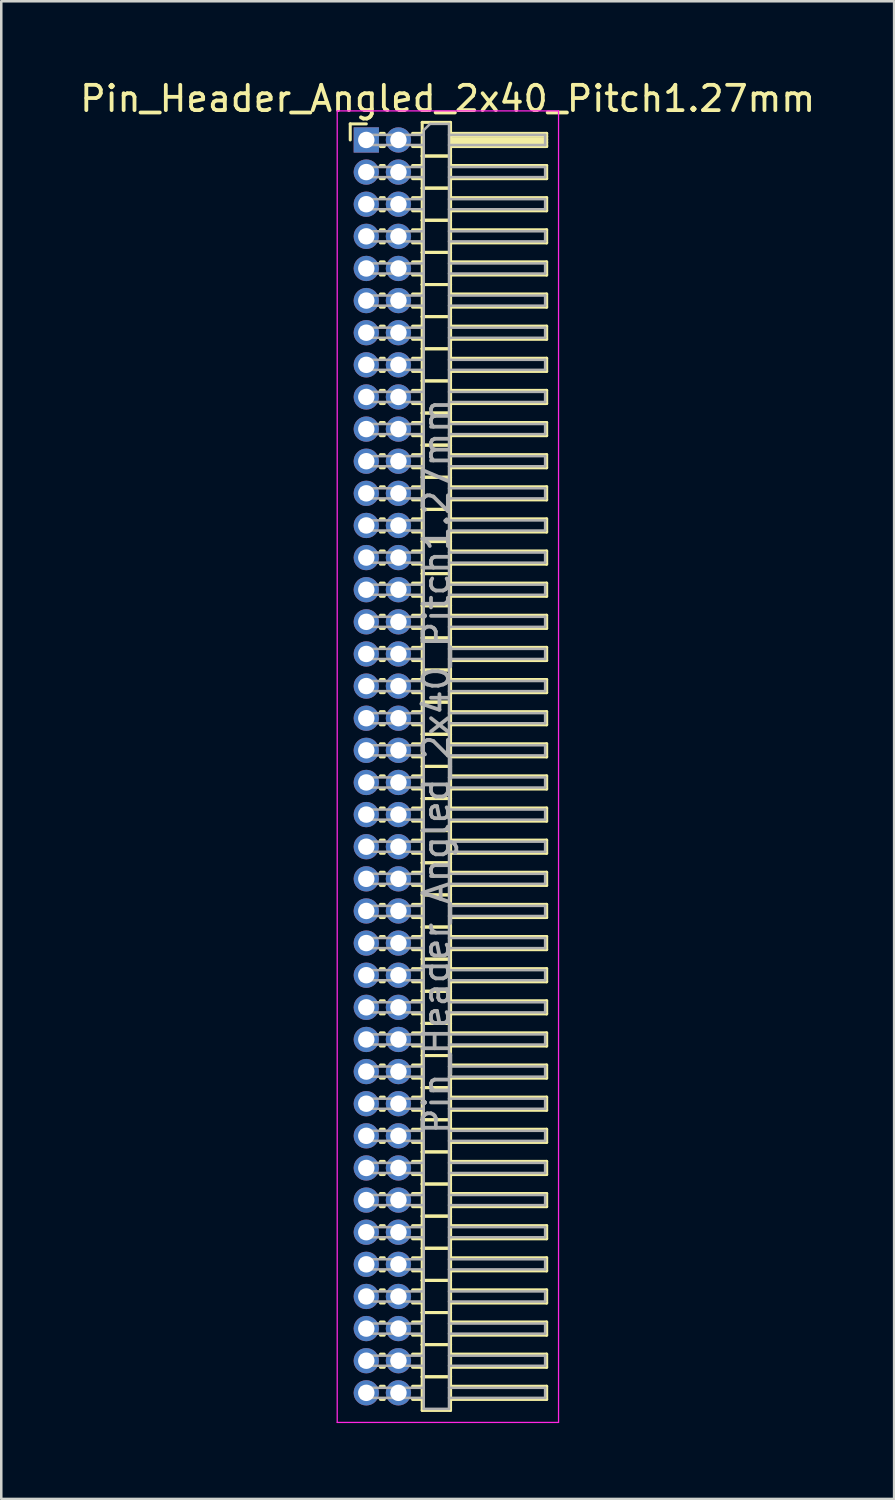
<source format=kicad_pcb>
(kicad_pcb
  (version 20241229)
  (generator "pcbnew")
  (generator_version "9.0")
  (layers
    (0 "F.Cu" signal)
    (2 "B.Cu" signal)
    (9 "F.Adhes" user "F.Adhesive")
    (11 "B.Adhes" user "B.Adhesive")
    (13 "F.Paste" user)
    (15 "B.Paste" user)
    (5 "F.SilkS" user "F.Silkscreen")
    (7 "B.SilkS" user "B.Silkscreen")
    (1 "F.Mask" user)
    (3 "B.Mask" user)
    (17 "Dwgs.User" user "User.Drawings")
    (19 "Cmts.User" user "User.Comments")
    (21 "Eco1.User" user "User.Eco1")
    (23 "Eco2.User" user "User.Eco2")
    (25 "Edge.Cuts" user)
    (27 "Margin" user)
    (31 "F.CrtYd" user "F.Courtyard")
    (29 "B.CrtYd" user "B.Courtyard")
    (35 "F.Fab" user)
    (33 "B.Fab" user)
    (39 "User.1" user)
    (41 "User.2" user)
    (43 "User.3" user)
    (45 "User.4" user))
  (footprint "Pin_Header_Angled_2x40_Pitch1.27mm"
    (layer "F.Cu")
    (at 11.431 2.483)
    (property "Reference" "Pin_Header_Angled_2x40_Pitch1.27mm" (at 3.217 -1.635 0) (layer "F.SilkS") (effects (font (size 1 1) (thickness 0.15))))
    (attr through_hole)
    (fp_line (start -0.635 -0.635) (end 0 -0.635) (stroke (width 0.12) (type solid)) (layer "F.SilkS"))
    (fp_line (start -0.635 0) (end -0.635 -0.635) (stroke (width 0.12) (type solid)) (layer "F.SilkS"))
    (fp_line (start 0.56 -0.26) (end 0.71 -0.26) (stroke (width 0.12) (type solid)) (layer "F.SilkS"))
    (fp_line (start 0.56 0.26) (end 0.71 0.26) (stroke (width 0.12) (type solid)) (layer "F.SilkS"))
    (fp_line (start 0.56 1.01) (end 0.71 1.01) (stroke (width 0.12) (type solid)) (layer "F.SilkS"))
    (fp_line (start 0.56 1.53) (end 0.71 1.53) (stroke (width 0.12) (type solid)) (layer "F.SilkS"))
    (fp_line (start 0.56 2.28) (end 0.71 2.28) (stroke (width 0.12) (type solid)) (layer "F.SilkS"))
    (fp_line (start 0.56 2.8) (end 0.71 2.8) (stroke (width 0.12) (type solid)) (layer "F.SilkS"))
    (fp_line (start 0.56 3.55) (end 0.71 3.55) (stroke (width 0.12) (type solid)) (layer "F.SilkS"))
    (fp_line (start 0.56 4.07) (end 0.71 4.07) (stroke (width 0.12) (type solid)) (layer "F.SilkS"))
    (fp_line (start 0.56 4.82) (end 0.71 4.82) (stroke (width 0.12) (type solid)) (layer "F.SilkS"))
    (fp_line (start 0.56 5.34) (end 0.71 5.34) (stroke (width 0.12) (type solid)) (layer "F.SilkS"))
    (fp_line (start 0.56 6.09) (end 0.71 6.09) (stroke (width 0.12) (type solid)) (layer "F.SilkS"))
    (fp_line (start 0.56 6.61) (end 0.71 6.61) (stroke (width 0.12) (type solid)) (layer "F.SilkS"))
    (fp_line (start 0.56 7.36) (end 0.71 7.36) (stroke (width 0.12) (type solid)) (layer "F.SilkS"))
    (fp_line (start 0.56 7.88) (end 0.71 7.88) (stroke (width 0.12) (type solid)) (layer "F.SilkS"))
    (fp_line (start 0.56 8.63) (end 0.71 8.63) (stroke (width 0.12) (type solid)) (layer "F.SilkS"))
    (fp_line (start 0.56 9.15) (end 0.71 9.15) (stroke (width 0.12) (type solid)) (layer "F.SilkS"))
    (fp_line (start 0.56 9.9) (end 0.71 9.9) (stroke (width 0.12) (type solid)) (layer "F.SilkS"))
    (fp_line (start 0.56 10.42) (end 0.71 10.42) (stroke (width 0.12) (type solid)) (layer "F.SilkS"))
    (fp_line (start 0.56 11.17) (end 0.71 11.17) (stroke (width 0.12) (type solid)) (layer "F.SilkS"))
    (fp_line (start 0.56 11.69) (end 0.71 11.69) (stroke (width 0.12) (type solid)) (layer "F.SilkS"))
    (fp_line (start 0.56 12.44) (end 0.71 12.44) (stroke (width 0.12) (type solid)) (layer "F.SilkS"))
    (fp_line (start 0.56 12.96) (end 0.71 12.96) (stroke (width 0.12) (type solid)) (layer "F.SilkS"))
    (fp_line (start 0.56 13.71) (end 0.71 13.71) (stroke (width 0.12) (type solid)) (layer "F.SilkS"))
    (fp_line (start 0.56 14.23) (end 0.71 14.23) (stroke (width 0.12) (type solid)) (layer "F.SilkS"))
    (fp_line (start 0.56 14.98) (end 0.71 14.98) (stroke (width 0.12) (type solid)) (layer "F.SilkS"))
    (fp_line (start 0.56 15.5) (end 0.71 15.5) (stroke (width 0.12) (type solid)) (layer "F.SilkS"))
    (fp_line (start 0.56 16.25) (end 0.71 16.25) (stroke (width 0.12) (type solid)) (layer "F.SilkS"))
    (fp_line (start 0.56 16.77) (end 0.71 16.77) (stroke (width 0.12) (type solid)) (layer "F.SilkS"))
    (fp_line (start 0.56 17.52) (end 0.71 17.52) (stroke (width 0.12) (type solid)) (layer "F.SilkS"))
    (fp_line (start 0.56 18.04) (end 0.71 18.04) (stroke (width 0.12) (type solid)) (layer "F.SilkS"))
    (fp_line (start 0.56 18.79) (end 0.71 18.79) (stroke (width 0.12) (type solid)) (layer "F.SilkS"))
    (fp_line (start 0.56 19.31) (end 0.71 19.31) (stroke (width 0.12) (type solid)) (layer "F.SilkS"))
    (fp_line (start 0.56 20.06) (end 0.71 20.06) (stroke (width 0.12) (type solid)) (layer "F.SilkS"))
    (fp_line (start 0.56 20.58) (end 0.71 20.58) (stroke (width 0.12) (type solid)) (layer "F.SilkS"))
    (fp_line (start 0.56 21.33) (end 0.71 21.33) (stroke (width 0.12) (type solid)) (layer "F.SilkS"))
    (fp_line (start 0.56 21.85) (end 0.71 21.85) (stroke (width 0.12) (type solid)) (layer "F.SilkS"))
    (fp_line (start 0.56 22.6) (end 0.71 22.6) (stroke (width 0.12) (type solid)) (layer "F.SilkS"))
    (fp_line (start 0.56 23.12) (end 0.71 23.12) (stroke (width 0.12) (type solid)) (layer "F.SilkS"))
    (fp_line (start 0.56 23.87) (end 0.71 23.87) (stroke (width 0.12) (type solid)) (layer "F.SilkS"))
    (fp_line (start 0.56 24.39) (end 0.71 24.39) (stroke (width 0.12) (type solid)) (layer "F.SilkS"))
    (fp_line (start 0.56 25.14) (end 0.71 25.14) (stroke (width 0.12) (type solid)) (layer "F.SilkS"))
    (fp_line (start 0.56 25.66) (end 0.71 25.66) (stroke (width 0.12) (type solid)) (layer "F.SilkS"))
    (fp_line (start 0.56 26.41) (end 0.71 26.41) (stroke (width 0.12) (type solid)) (layer "F.SilkS"))
    (fp_line (start 0.56 26.93) (end 0.71 26.93) (stroke (width 0.12) (type solid)) (layer "F.SilkS"))
    (fp_line (start 0.56 27.68) (end 0.71 27.68) (stroke (width 0.12) (type solid)) (layer "F.SilkS"))
    (fp_line (start 0.56 28.2) (end 0.71 28.2) (stroke (width 0.12) (type solid)) (layer "F.SilkS"))
    (fp_line (start 0.56 28.95) (end 0.71 28.95) (stroke (width 0.12) (type solid)) (layer "F.SilkS"))
    (fp_line (start 0.56 29.47) (end 0.71 29.47) (stroke (width 0.12) (type solid)) (layer "F.SilkS"))
    (fp_line (start 0.56 30.22) (end 0.71 30.22) (stroke (width 0.12) (type solid)) (layer "F.SilkS"))
    (fp_line (start 0.56 30.74) (end 0.71 30.74) (stroke (width 0.12) (type solid)) (layer "F.SilkS"))
    (fp_line (start 0.56 31.49) (end 0.71 31.49) (stroke (width 0.12) (type solid)) (layer "F.SilkS"))
    (fp_line (start 0.56 32.01) (end 0.71 32.01) (stroke (width 0.12) (type solid)) (layer "F.SilkS"))
    (fp_line (start 0.56 32.76) (end 0.71 32.76) (stroke (width 0.12) (type solid)) (layer "F.SilkS"))
    (fp_line (start 0.56 33.28) (end 0.71 33.28) (stroke (width 0.12) (type solid)) (layer "F.SilkS"))
    (fp_line (start 0.56 34.03) (end 0.71 34.03) (stroke (width 0.12) (type solid)) (layer "F.SilkS"))
    (fp_line (start 0.56 34.55) (end 0.71 34.55) (stroke (width 0.12) (type solid)) (layer "F.SilkS"))
    (fp_line (start 0.56 35.3) (end 0.71 35.3) (stroke (width 0.12) (type solid)) (layer "F.SilkS"))
    (fp_line (start 0.56 35.82) (end 0.71 35.82) (stroke (width 0.12) (type solid)) (layer "F.SilkS"))
    (fp_line (start 0.56 36.57) (end 0.71 36.57) (stroke (width 0.12) (type solid)) (layer "F.SilkS"))
    (fp_line (start 0.56 37.09) (end 0.71 37.09) (stroke (width 0.12) (type solid)) (layer "F.SilkS"))
    (fp_line (start 0.56 37.84) (end 0.71 37.84) (stroke (width 0.12) (type solid)) (layer "F.SilkS"))
    (fp_line (start 0.56 38.36) (end 0.71 38.36) (stroke (width 0.12) (type solid)) (layer "F.SilkS"))
    (fp_line (start 0.56 39.11) (end 0.71 39.11) (stroke (width 0.12) (type solid)) (layer "F.SilkS"))
    (fp_line (start 0.56 39.63) (end 0.71 39.63) (stroke (width 0.12) (type solid)) (layer "F.SilkS"))
    (fp_line (start 0.56 40.38) (end 0.71 40.38) (stroke (width 0.12) (type solid)) (layer "F.SilkS"))
    (fp_line (start 0.56 40.9) (end 0.71 40.9) (stroke (width 0.12) (type solid)) (layer "F.SilkS"))
    (fp_line (start 0.56 41.65) (end 0.71 41.65) (stroke (width 0.12) (type solid)) (layer "F.SilkS"))
    (fp_line (start 0.56 42.17) (end 0.71 42.17) (stroke (width 0.12) (type solid)) (layer "F.SilkS"))
    (fp_line (start 0.56 42.92) (end 0.71 42.92) (stroke (width 0.12) (type solid)) (layer "F.SilkS"))
    (fp_line (start 0.56 43.44) (end 0.71 43.44) (stroke (width 0.12) (type solid)) (layer "F.SilkS"))
    (fp_line (start 0.56 44.19) (end 0.71 44.19) (stroke (width 0.12) (type solid)) (layer "F.SilkS"))
    (fp_line (start 0.56 44.71) (end 0.71 44.71) (stroke (width 0.12) (type solid)) (layer "F.SilkS"))
    (fp_line (start 0.56 45.46) (end 0.71 45.46) (stroke (width 0.12) (type solid)) (layer "F.SilkS"))
    (fp_line (start 0.56 45.98) (end 0.71 45.98) (stroke (width 0.12) (type solid)) (layer "F.SilkS"))
    (fp_line (start 0.56 46.73) (end 0.71 46.73) (stroke (width 0.12) (type solid)) (layer "F.SilkS"))
    (fp_line (start 0.56 47.25) (end 0.71 47.25) (stroke (width 0.12) (type solid)) (layer "F.SilkS"))
    (fp_line (start 0.56 48) (end 0.71 48) (stroke (width 0.12) (type solid)) (layer "F.SilkS"))
    (fp_line (start 0.56 48.52) (end 0.71 48.52) (stroke (width 0.12) (type solid)) (layer "F.SilkS"))
    (fp_line (start 0.56 49.27) (end 0.71 49.27) (stroke (width 0.12) (type solid)) (layer "F.SilkS"))
    (fp_line (start 0.56 49.79) (end 0.71 49.79) (stroke (width 0.12) (type solid)) (layer "F.SilkS"))
    (fp_line (start 1.83 -0.26) (end 2.21 -0.26) (stroke (width 0.12) (type solid)) (layer "F.SilkS"))
    (fp_line (start 1.83 0.26) (end 2.21 0.26) (stroke (width 0.12) (type solid)) (layer "F.SilkS"))
    (fp_line (start 1.83 1.01) (end 2.21 1.01) (stroke (width 0.12) (type solid)) (layer "F.SilkS"))
    (fp_line (start 1.83 1.53) (end 2.21 1.53) (stroke (width 0.12) (type solid)) (layer "F.SilkS"))
    (fp_line (start 1.83 2.28) (end 2.21 2.28) (stroke (width 0.12) (type solid)) (layer "F.SilkS"))
    (fp_line (start 1.83 2.8) (end 2.21 2.8) (stroke (width 0.12) (type solid)) (layer "F.SilkS"))
    (fp_line (start 1.83 3.55) (end 2.21 3.55) (stroke (width 0.12) (type solid)) (layer "F.SilkS"))
    (fp_line (start 1.83 4.07) (end 2.21 4.07) (stroke (width 0.12) (type solid)) (layer "F.SilkS"))
    (fp_line (start 1.83 4.82) (end 2.21 4.82) (stroke (width 0.12) (type solid)) (layer "F.SilkS"))
    (fp_line (start 1.83 5.34) (end 2.21 5.34) (stroke (width 0.12) (type solid)) (layer "F.SilkS"))
    (fp_line (start 1.83 6.09) (end 2.21 6.09) (stroke (width 0.12) (type solid)) (layer "F.SilkS"))
    (fp_line (start 1.83 6.61) (end 2.21 6.61) (stroke (width 0.12) (type solid)) (layer "F.SilkS"))
    (fp_line (start 1.83 7.36) (end 2.21 7.36) (stroke (width 0.12) (type solid)) (layer "F.SilkS"))
    (fp_line (start 1.83 7.88) (end 2.21 7.88) (stroke (width 0.12) (type solid)) (layer "F.SilkS"))
    (fp_line (start 1.83 8.63) (end 2.21 8.63) (stroke (width 0.12) (type solid)) (layer "F.SilkS"))
    (fp_line (start 1.83 9.15) (end 2.21 9.15) (stroke (width 0.12) (type solid)) (layer "F.SilkS"))
    (fp_line (start 1.83 9.9) (end 2.21 9.9) (stroke (width 0.12) (type solid)) (layer "F.SilkS"))
    (fp_line (start 1.83 10.42) (end 2.21 10.42) (stroke (width 0.12) (type solid)) (layer "F.SilkS"))
    (fp_line (start 1.83 11.17) (end 2.21 11.17) (stroke (width 0.12) (type solid)) (layer "F.SilkS"))
    (fp_line (start 1.83 11.69) (end 2.21 11.69) (stroke (width 0.12) (type solid)) (layer "F.SilkS"))
    (fp_line (start 1.83 12.44) (end 2.21 12.44) (stroke (width 0.12) (type solid)) (layer "F.SilkS"))
    (fp_line (start 1.83 12.96) (end 2.21 12.96) (stroke (width 0.12) (type solid)) (layer "F.SilkS"))
    (fp_line (start 1.83 13.71) (end 2.21 13.71) (stroke (width 0.12) (type solid)) (layer "F.SilkS"))
    (fp_line (start 1.83 14.23) (end 2.21 14.23) (stroke (width 0.12) (type solid)) (layer "F.SilkS"))
    (fp_line (start 1.83 14.98) (end 2.21 14.98) (stroke (width 0.12) (type solid)) (layer "F.SilkS"))
    (fp_line (start 1.83 15.5) (end 2.21 15.5) (stroke (width 0.12) (type solid)) (layer "F.SilkS"))
    (fp_line (start 1.83 16.25) (end 2.21 16.25) (stroke (width 0.12) (type solid)) (layer "F.SilkS"))
    (fp_line (start 1.83 16.77) (end 2.21 16.77) (stroke (width 0.12) (type solid)) (layer "F.SilkS"))
    (fp_line (start 1.83 17.52) (end 2.21 17.52) (stroke (width 0.12) (type solid)) (layer "F.SilkS"))
    (fp_line (start 1.83 18.04) (end 2.21 18.04) (stroke (width 0.12) (type solid)) (layer "F.SilkS"))
    (fp_line (start 1.83 18.79) (end 2.21 18.79) (stroke (width 0.12) (type solid)) (layer "F.SilkS"))
    (fp_line (start 1.83 19.31) (end 2.21 19.31) (stroke (width 0.12) (type solid)) (layer "F.SilkS"))
    (fp_line (start 1.83 20.06) (end 2.21 20.06) (stroke (width 0.12) (type solid)) (layer "F.SilkS"))
    (fp_line (start 1.83 20.58) (end 2.21 20.58) (stroke (width 0.12) (type solid)) (layer "F.SilkS"))
    (fp_line (start 1.83 21.33) (end 2.21 21.33) (stroke (width 0.12) (type solid)) (layer "F.SilkS"))
    (fp_line (start 1.83 21.85) (end 2.21 21.85) (stroke (width 0.12) (type solid)) (layer "F.SilkS"))
    (fp_line (start 1.83 22.6) (end 2.21 22.6) (stroke (width 0.12) (type solid)) (layer "F.SilkS"))
    (fp_line (start 1.83 23.12) (end 2.21 23.12) (stroke (width 0.12) (type solid)) (layer "F.SilkS"))
    (fp_line (start 1.83 23.87) (end 2.21 23.87) (stroke (width 0.12) (type solid)) (layer "F.SilkS"))
    (fp_line (start 1.83 24.39) (end 2.21 24.39) (stroke (width 0.12) (type solid)) (layer "F.SilkS"))
    (fp_line (start 1.83 25.14) (end 2.21 25.14) (stroke (width 0.12) (type solid)) (layer "F.SilkS"))
    (fp_line (start 1.83 25.66) (end 2.21 25.66) (stroke (width 0.12) (type solid)) (layer "F.SilkS"))
    (fp_line (start 1.83 26.41) (end 2.21 26.41) (stroke (width 0.12) (type solid)) (layer "F.SilkS"))
    (fp_line (start 1.83 26.93) (end 2.21 26.93) (stroke (width 0.12) (type solid)) (layer "F.SilkS"))
    (fp_line (start 1.83 27.68) (end 2.21 27.68) (stroke (width 0.12) (type solid)) (layer "F.SilkS"))
    (fp_line (start 1.83 28.2) (end 2.21 28.2) (stroke (width 0.12) (type solid)) (layer "F.SilkS"))
    (fp_line (start 1.83 28.95) (end 2.21 28.95) (stroke (width 0.12) (type solid)) (layer "F.SilkS"))
    (fp_line (start 1.83 29.47) (end 2.21 29.47) (stroke (width 0.12) (type solid)) (layer "F.SilkS"))
    (fp_line (start 1.83 30.22) (end 2.21 30.22) (stroke (width 0.12) (type solid)) (layer "F.SilkS"))
    (fp_line (start 1.83 30.74) (end 2.21 30.74) (stroke (width 0.12) (type solid)) (layer "F.SilkS"))
    (fp_line (start 1.83 31.49) (end 2.21 31.49) (stroke (width 0.12) (type solid)) (layer "F.SilkS"))
    (fp_line (start 1.83 32.01) (end 2.21 32.01) (stroke (width 0.12) (type solid)) (layer "F.SilkS"))
    (fp_line (start 1.83 32.76) (end 2.21 32.76) (stroke (width 0.12) (type solid)) (layer "F.SilkS"))
    (fp_line (start 1.83 33.28) (end 2.21 33.28) (stroke (width 0.12) (type solid)) (layer "F.SilkS"))
    (fp_line (start 1.83 34.03) (end 2.21 34.03) (stroke (width 0.12) (type solid)) (layer "F.SilkS"))
    (fp_line (start 1.83 34.55) (end 2.21 34.55) (stroke (width 0.12) (type solid)) (layer "F.SilkS"))
    (fp_line (start 1.83 35.3) (end 2.21 35.3) (stroke (width 0.12) (type solid)) (layer "F.SilkS"))
    (fp_line (start 1.83 35.82) (end 2.21 35.82) (stroke (width 0.12) (type solid)) (layer "F.SilkS"))
    (fp_line (start 1.83 36.57) (end 2.21 36.57) (stroke (width 0.12) (type solid)) (layer "F.SilkS"))
    (fp_line (start 1.83 37.09) (end 2.21 37.09) (stroke (width 0.12) (type solid)) (layer "F.SilkS"))
    (fp_line (start 1.83 37.84) (end 2.21 37.84) (stroke (width 0.12) (type solid)) (layer "F.SilkS"))
    (fp_line (start 1.83 38.36) (end 2.21 38.36) (stroke (width 0.12) (type solid)) (layer "F.SilkS"))
    (fp_line (start 1.83 39.11) (end 2.21 39.11) (stroke (width 0.12) (type solid)) (layer "F.SilkS"))
    (fp_line (start 1.83 39.63) (end 2.21 39.63) (stroke (width 0.12) (type solid)) (layer "F.SilkS"))
    (fp_line (start 1.83 40.38) (end 2.21 40.38) (stroke (width 0.12) (type solid)) (layer "F.SilkS"))
    (fp_line (start 1.83 40.9) (end 2.21 40.9) (stroke (width 0.12) (type solid)) (layer "F.SilkS"))
    (fp_line (start 1.83 41.65) (end 2.21 41.65) (stroke (width 0.12) (type solid)) (layer "F.SilkS"))
    (fp_line (start 1.83 42.17) (end 2.21 42.17) (stroke (width 0.12) (type solid)) (layer "F.SilkS"))
    (fp_line (start 1.83 42.92) (end 2.21 42.92) (stroke (width 0.12) (type solid)) (layer "F.SilkS"))
    (fp_line (start 1.83 43.44) (end 2.21 43.44) (stroke (width 0.12) (type solid)) (layer "F.SilkS"))
    (fp_line (start 1.83 44.19) (end 2.21 44.19) (stroke (width 0.12) (type solid)) (layer "F.SilkS"))
    (fp_line (start 1.83 44.71) (end 2.21 44.71) (stroke (width 0.12) (type solid)) (layer "F.SilkS"))
    (fp_line (start 1.83 45.46) (end 2.21 45.46) (stroke (width 0.12) (type solid)) (layer "F.SilkS"))
    (fp_line (start 1.83 45.98) (end 2.21 45.98) (stroke (width 0.12) (type solid)) (layer "F.SilkS"))
    (fp_line (start 1.83 46.73) (end 2.21 46.73) (stroke (width 0.12) (type solid)) (layer "F.SilkS"))
    (fp_line (start 1.83 47.25) (end 2.21 47.25) (stroke (width 0.12) (type solid)) (layer "F.SilkS"))
    (fp_line (start 1.83 48) (end 2.21 48) (stroke (width 0.12) (type solid)) (layer "F.SilkS"))
    (fp_line (start 1.83 48.52) (end 2.21 48.52) (stroke (width 0.12) (type solid)) (layer "F.SilkS"))
    (fp_line (start 1.83 49.27) (end 2.21 49.27) (stroke (width 0.12) (type solid)) (layer "F.SilkS"))
    (fp_line (start 1.83 49.79) (end 2.21 49.79) (stroke (width 0.12) (type solid)) (layer "F.SilkS"))
    (fp_line (start 2.21 -0.695) (end 2.21 0.635) (stroke (width 0.12) (type solid)) (layer "F.SilkS"))
    (fp_line (start 2.21 0.635) (end 2.21 1.905) (stroke (width 0.12) (type solid)) (layer "F.SilkS"))
    (fp_line (start 2.21 0.635) (end 3.33 0.635) (stroke (width 0.12) (type solid)) (layer "F.SilkS"))
    (fp_line (start 2.21 1.905) (end 2.21 3.175) (stroke (width 0.12) (type solid)) (layer "F.SilkS"))
    (fp_line (start 2.21 1.905) (end 3.33 1.905) (stroke (width 0.12) (type solid)) (layer "F.SilkS"))
    (fp_line (start 2.21 3.175) (end 2.21 4.445) (stroke (width 0.12) (type solid)) (layer "F.SilkS"))
    (fp_line (start 2.21 3.175) (end 3.33 3.175) (stroke (width 0.12) (type solid)) (layer "F.SilkS"))
    (fp_line (start 2.21 4.445) (end 2.21 5.715) (stroke (width 0.12) (type solid)) (layer "F.SilkS"))
    (fp_line (start 2.21 4.445) (end 3.33 4.445) (stroke (width 0.12) (type solid)) (layer "F.SilkS"))
    (fp_line (start 2.21 5.715) (end 2.21 6.985) (stroke (width 0.12) (type solid)) (layer "F.SilkS"))
    (fp_line (start 2.21 5.715) (end 3.33 5.715) (stroke (width 0.12) (type solid)) (layer "F.SilkS"))
    (fp_line (start 2.21 6.985) (end 2.21 8.255) (stroke (width 0.12) (type solid)) (layer "F.SilkS"))
    (fp_line (start 2.21 6.985) (end 3.33 6.985) (stroke (width 0.12) (type solid)) (layer "F.SilkS"))
    (fp_line (start 2.21 8.255) (end 2.21 9.525) (stroke (width 0.12) (type solid)) (layer "F.SilkS"))
    (fp_line (start 2.21 8.255) (end 3.33 8.255) (stroke (width 0.12) (type solid)) (layer "F.SilkS"))
    (fp_line (start 2.21 9.525) (end 2.21 10.795) (stroke (width 0.12) (type solid)) (layer "F.SilkS"))
    (fp_line (start 2.21 9.525) (end 3.33 9.525) (stroke (width 0.12) (type solid)) (layer "F.SilkS"))
    (fp_line (start 2.21 10.795) (end 2.21 12.065) (stroke (width 0.12) (type solid)) (layer "F.SilkS"))
    (fp_line (start 2.21 10.795) (end 3.33 10.795) (stroke (width 0.12) (type solid)) (layer "F.SilkS"))
    (fp_line (start 2.21 12.065) (end 2.21 13.335) (stroke (width 0.12) (type solid)) (layer "F.SilkS"))
    (fp_line (start 2.21 12.065) (end 3.33 12.065) (stroke (width 0.12) (type solid)) (layer "F.SilkS"))
    (fp_line (start 2.21 13.335) (end 2.21 14.605) (stroke (width 0.12) (type solid)) (layer "F.SilkS"))
    (fp_line (start 2.21 13.335) (end 3.33 13.335) (stroke (width 0.12) (type solid)) (layer "F.SilkS"))
    (fp_line (start 2.21 14.605) (end 2.21 15.875) (stroke (width 0.12) (type solid)) (layer "F.SilkS"))
    (fp_line (start 2.21 14.605) (end 3.33 14.605) (stroke (width 0.12) (type solid)) (layer "F.SilkS"))
    (fp_line (start 2.21 15.875) (end 2.21 17.145) (stroke (width 0.12) (type solid)) (layer "F.SilkS"))
    (fp_line (start 2.21 15.875) (end 3.33 15.875) (stroke (width 0.12) (type solid)) (layer "F.SilkS"))
    (fp_line (start 2.21 17.145) (end 2.21 18.415) (stroke (width 0.12) (type solid)) (layer "F.SilkS"))
    (fp_line (start 2.21 17.145) (end 3.33 17.145) (stroke (width 0.12) (type solid)) (layer "F.SilkS"))
    (fp_line (start 2.21 18.415) (end 2.21 19.685) (stroke (width 0.12) (type solid)) (layer "F.SilkS"))
    (fp_line (start 2.21 18.415) (end 3.33 18.415) (stroke (width 0.12) (type solid)) (layer "F.SilkS"))
    (fp_line (start 2.21 19.685) (end 2.21 20.955) (stroke (width 0.12) (type solid)) (layer "F.SilkS"))
    (fp_line (start 2.21 19.685) (end 3.33 19.685) (stroke (width 0.12) (type solid)) (layer "F.SilkS"))
    (fp_line (start 2.21 20.955) (end 2.21 22.225) (stroke (width 0.12) (type solid)) (layer "F.SilkS"))
    (fp_line (start 2.21 20.955) (end 3.33 20.955) (stroke (width 0.12) (type solid)) (layer "F.SilkS"))
    (fp_line (start 2.21 22.225) (end 2.21 23.495) (stroke (width 0.12) (type solid)) (layer "F.SilkS"))
    (fp_line (start 2.21 22.225) (end 3.33 22.225) (stroke (width 0.12) (type solid)) (layer "F.SilkS"))
    (fp_line (start 2.21 23.495) (end 2.21 24.765) (stroke (width 0.12) (type solid)) (layer "F.SilkS"))
    (fp_line (start 2.21 23.495) (end 3.33 23.495) (stroke (width 0.12) (type solid)) (layer "F.SilkS"))
    (fp_line (start 2.21 24.765) (end 2.21 26.035) (stroke (width 0.12) (type solid)) (layer "F.SilkS"))
    (fp_line (start 2.21 24.765) (end 3.33 24.765) (stroke (width 0.12) (type solid)) (layer "F.SilkS"))
    (fp_line (start 2.21 26.035) (end 2.21 27.305) (stroke (width 0.12) (type solid)) (layer "F.SilkS"))
    (fp_line (start 2.21 26.035) (end 3.33 26.035) (stroke (width 0.12) (type solid)) (layer "F.SilkS"))
    (fp_line (start 2.21 27.305) (end 2.21 28.575) (stroke (width 0.12) (type solid)) (layer "F.SilkS"))
    (fp_line (start 2.21 27.305) (end 3.33 27.305) (stroke (width 0.12) (type solid)) (layer "F.SilkS"))
    (fp_line (start 2.21 28.575) (end 2.21 29.845) (stroke (width 0.12) (type solid)) (layer "F.SilkS"))
    (fp_line (start 2.21 28.575) (end 3.33 28.575) (stroke (width 0.12) (type solid)) (layer "F.SilkS"))
    (fp_line (start 2.21 29.845) (end 2.21 31.115) (stroke (width 0.12) (type solid)) (layer "F.SilkS"))
    (fp_line (start 2.21 29.845) (end 3.33 29.845) (stroke (width 0.12) (type solid)) (layer "F.SilkS"))
    (fp_line (start 2.21 31.115) (end 2.21 32.385) (stroke (width 0.12) (type solid)) (layer "F.SilkS"))
    (fp_line (start 2.21 31.115) (end 3.33 31.115) (stroke (width 0.12) (type solid)) (layer "F.SilkS"))
    (fp_line (start 2.21 32.385) (end 2.21 33.655) (stroke (width 0.12) (type solid)) (layer "F.SilkS"))
    (fp_line (start 2.21 32.385) (end 3.33 32.385) (stroke (width 0.12) (type solid)) (layer "F.SilkS"))
    (fp_line (start 2.21 33.655) (end 2.21 34.925) (stroke (width 0.12) (type solid)) (layer "F.SilkS"))
    (fp_line (start 2.21 33.655) (end 3.33 33.655) (stroke (width 0.12) (type solid)) (layer "F.SilkS"))
    (fp_line (start 2.21 34.925) (end 2.21 36.195) (stroke (width 0.12) (type solid)) (layer "F.SilkS"))
    (fp_line (start 2.21 34.925) (end 3.33 34.925) (stroke (width 0.12) (type solid)) (layer "F.SilkS"))
    (fp_line (start 2.21 36.195) (end 2.21 37.465) (stroke (width 0.12) (type solid)) (layer "F.SilkS"))
    (fp_line (start 2.21 36.195) (end 3.33 36.195) (stroke (width 0.12) (type solid)) (layer "F.SilkS"))
    (fp_line (start 2.21 37.465) (end 2.21 38.735) (stroke (width 0.12) (type solid)) (layer "F.SilkS"))
    (fp_line (start 2.21 37.465) (end 3.33 37.465) (stroke (width 0.12) (type solid)) (layer "F.SilkS"))
    (fp_line (start 2.21 38.735) (end 2.21 40.005) (stroke (width 0.12) (type solid)) (layer "F.SilkS"))
    (fp_line (start 2.21 38.735) (end 3.33 38.735) (stroke (width 0.12) (type solid)) (layer "F.SilkS"))
    (fp_line (start 2.21 40.005) (end 2.21 41.275) (stroke (width 0.12) (type solid)) (layer "F.SilkS"))
    (fp_line (start 2.21 40.005) (end 3.33 40.005) (stroke (width 0.12) (type solid)) (layer "F.SilkS"))
    (fp_line (start 2.21 41.275) (end 2.21 42.545) (stroke (width 0.12) (type solid)) (layer "F.SilkS"))
    (fp_line (start 2.21 41.275) (end 3.33 41.275) (stroke (width 0.12) (type solid)) (layer "F.SilkS"))
    (fp_line (start 2.21 42.545) (end 2.21 43.815) (stroke (width 0.12) (type solid)) (layer "F.SilkS"))
    (fp_line (start 2.21 42.545) (end 3.33 42.545) (stroke (width 0.12) (type solid)) (layer "F.SilkS"))
    (fp_line (start 2.21 43.815) (end 2.21 45.085) (stroke (width 0.12) (type solid)) (layer "F.SilkS"))
    (fp_line (start 2.21 43.815) (end 3.33 43.815) (stroke (width 0.12) (type solid)) (layer "F.SilkS"))
    (fp_line (start 2.21 45.085) (end 2.21 46.355) (stroke (width 0.12) (type solid)) (layer "F.SilkS"))
    (fp_line (start 2.21 45.085) (end 3.33 45.085) (stroke (width 0.12) (type solid)) (layer "F.SilkS"))
    (fp_line (start 2.21 46.355) (end 2.21 47.625) (stroke (width 0.12) (type solid)) (layer "F.SilkS"))
    (fp_line (start 2.21 46.355) (end 3.33 46.355) (stroke (width 0.12) (type solid)) (layer "F.SilkS"))
    (fp_line (start 2.21 47.625) (end 2.21 48.895) (stroke (width 0.12) (type solid)) (layer "F.SilkS"))
    (fp_line (start 2.21 47.625) (end 3.33 47.625) (stroke (width 0.12) (type solid)) (layer "F.SilkS"))
    (fp_line (start 2.21 48.895) (end 2.21 50.225) (stroke (width 0.12) (type solid)) (layer "F.SilkS"))
    (fp_line (start 2.21 48.895) (end 3.33 48.895) (stroke (width 0.12) (type solid)) (layer "F.SilkS"))
    (fp_line (start 2.21 50.225) (end 3.33 50.225) (stroke (width 0.12) (type solid)) (layer "F.SilkS"))
    (fp_line (start 3.33 -0.695) (end 2.21 -0.695) (stroke (width 0.12) (type solid)) (layer "F.SilkS"))
    (fp_line (start 3.33 -0.26) (end 3.33 0.26) (stroke (width 0.12) (type solid)) (layer "F.SilkS"))
    (fp_line (start 3.33 -0.14) (end 7.13 -0.14) (stroke (width 0.12) (type solid)) (layer "F.SilkS"))
    (fp_line (start 3.33 -0.02) (end 7.13 -0.02) (stroke (width 0.12) (type solid)) (layer "F.SilkS"))
    (fp_line (start 3.33 0.1) (end 7.13 0.1) (stroke (width 0.12) (type solid)) (layer "F.SilkS"))
    (fp_line (start 3.33 0.22) (end 7.13 0.22) (stroke (width 0.12) (type solid)) (layer "F.SilkS"))
    (fp_line (start 3.33 0.26) (end 7.13 0.26) (stroke (width 0.12) (type solid)) (layer "F.SilkS"))
    (fp_line (start 3.33 0.635) (end 2.21 0.635) (stroke (width 0.12) (type solid)) (layer "F.SilkS"))
    (fp_line (start 3.33 0.635) (end 3.33 -0.695) (stroke (width 0.12) (type solid)) (layer "F.SilkS"))
    (fp_line (start 3.33 1.01) (end 3.33 1.53) (stroke (width 0.12) (type solid)) (layer "F.SilkS"))
    (fp_line (start 3.33 1.53) (end 7.13 1.53) (stroke (width 0.12) (type solid)) (layer "F.SilkS"))
    (fp_line (start 3.33 1.905) (end 2.21 1.905) (stroke (width 0.12) (type solid)) (layer "F.SilkS"))
    (fp_line (start 3.33 1.905) (end 3.33 0.635) (stroke (width 0.12) (type solid)) (layer "F.SilkS"))
    (fp_line (start 3.33 2.28) (end 3.33 2.8) (stroke (width 0.12) (type solid)) (layer "F.SilkS"))
    (fp_line (start 3.33 2.8) (end 7.13 2.8) (stroke (width 0.12) (type solid)) (layer "F.SilkS"))
    (fp_line (start 3.33 3.175) (end 2.21 3.175) (stroke (width 0.12) (type solid)) (layer "F.SilkS"))
    (fp_line (start 3.33 3.175) (end 3.33 1.905) (stroke (width 0.12) (type solid)) (layer "F.SilkS"))
    (fp_line (start 3.33 3.55) (end 3.33 4.07) (stroke (width 0.12) (type solid)) (layer "F.SilkS"))
    (fp_line (start 3.33 4.07) (end 7.13 4.07) (stroke (width 0.12) (type solid)) (layer "F.SilkS"))
    (fp_line (start 3.33 4.445) (end 2.21 4.445) (stroke (width 0.12) (type solid)) (layer "F.SilkS"))
    (fp_line (start 3.33 4.445) (end 3.33 3.175) (stroke (width 0.12) (type solid)) (layer "F.SilkS"))
    (fp_line (start 3.33 4.82) (end 3.33 5.34) (stroke (width 0.12) (type solid)) (layer "F.SilkS"))
    (fp_line (start 3.33 5.34) (end 7.13 5.34) (stroke (width 0.12) (type solid)) (layer "F.SilkS"))
    (fp_line (start 3.33 5.715) (end 2.21 5.715) (stroke (width 0.12) (type solid)) (layer "F.SilkS"))
    (fp_line (start 3.33 5.715) (end 3.33 4.445) (stroke (width 0.12) (type solid)) (layer "F.SilkS"))
    (fp_line (start 3.33 6.09) (end 3.33 6.61) (stroke (width 0.12) (type solid)) (layer "F.SilkS"))
    (fp_line (start 3.33 6.61) (end 7.13 6.61) (stroke (width 0.12) (type solid)) (layer "F.SilkS"))
    (fp_line (start 3.33 6.985) (end 2.21 6.985) (stroke (width 0.12) (type solid)) (layer "F.SilkS"))
    (fp_line (start 3.33 6.985) (end 3.33 5.715) (stroke (width 0.12) (type solid)) (layer "F.SilkS"))
    (fp_line (start 3.33 7.36) (end 3.33 7.88) (stroke (width 0.12) (type solid)) (layer "F.SilkS"))
    (fp_line (start 3.33 7.88) (end 7.13 7.88) (stroke (width 0.12) (type solid)) (layer "F.SilkS"))
    (fp_line (start 3.33 8.255) (end 2.21 8.255) (stroke (width 0.12) (type solid)) (layer "F.SilkS"))
    (fp_line (start 3.33 8.255) (end 3.33 6.985) (stroke (width 0.12) (type solid)) (layer "F.SilkS"))
    (fp_line (start 3.33 8.63) (end 3.33 9.15) (stroke (width 0.12) (type solid)) (layer "F.SilkS"))
    (fp_line (start 3.33 9.15) (end 7.13 9.15) (stroke (width 0.12) (type solid)) (layer "F.SilkS"))
    (fp_line (start 3.33 9.525) (end 2.21 9.525) (stroke (width 0.12) (type solid)) (layer "F.SilkS"))
    (fp_line (start 3.33 9.525) (end 3.33 8.255) (stroke (width 0.12) (type solid)) (layer "F.SilkS"))
    (fp_line (start 3.33 9.9) (end 3.33 10.42) (stroke (width 0.12) (type solid)) (layer "F.SilkS"))
    (fp_line (start 3.33 10.42) (end 7.13 10.42) (stroke (width 0.12) (type solid)) (layer "F.SilkS"))
    (fp_line (start 3.33 10.795) (end 2.21 10.795) (stroke (width 0.12) (type solid)) (layer "F.SilkS"))
    (fp_line (start 3.33 10.795) (end 3.33 9.525) (stroke (width 0.12) (type solid)) (layer "F.SilkS"))
    (fp_line (start 3.33 11.17) (end 3.33 11.69) (stroke (width 0.12) (type solid)) (layer "F.SilkS"))
    (fp_line (start 3.33 11.69) (end 7.13 11.69) (stroke (width 0.12) (type solid)) (layer "F.SilkS"))
    (fp_line (start 3.33 12.065) (end 2.21 12.065) (stroke (width 0.12) (type solid)) (layer "F.SilkS"))
    (fp_line (start 3.33 12.065) (end 3.33 10.795) (stroke (width 0.12) (type solid)) (layer "F.SilkS"))
    (fp_line (start 3.33 12.44) (end 3.33 12.96) (stroke (width 0.12) (type solid)) (layer "F.SilkS"))
    (fp_line (start 3.33 12.96) (end 7.13 12.96) (stroke (width 0.12) (type solid)) (layer "F.SilkS"))
    (fp_line (start 3.33 13.335) (end 2.21 13.335) (stroke (width 0.12) (type solid)) (layer "F.SilkS"))
    (fp_line (start 3.33 13.335) (end 3.33 12.065) (stroke (width 0.12) (type solid)) (layer "F.SilkS"))
    (fp_line (start 3.33 13.71) (end 3.33 14.23) (stroke (width 0.12) (type solid)) (layer "F.SilkS"))
    (fp_line (start 3.33 14.23) (end 7.13 14.23) (stroke (width 0.12) (type solid)) (layer "F.SilkS"))
    (fp_line (start 3.33 14.605) (end 2.21 14.605) (stroke (width 0.12) (type solid)) (layer "F.SilkS"))
    (fp_line (start 3.33 14.605) (end 3.33 13.335) (stroke (width 0.12) (type solid)) (layer "F.SilkS"))
    (fp_line (start 3.33 14.98) (end 3.33 15.5) (stroke (width 0.12) (type solid)) (layer "F.SilkS"))
    (fp_line (start 3.33 15.5) (end 7.13 15.5) (stroke (width 0.12) (type solid)) (layer "F.SilkS"))
    (fp_line (start 3.33 15.875) (end 2.21 15.875) (stroke (width 0.12) (type solid)) (layer "F.SilkS"))
    (fp_line (start 3.33 15.875) (end 3.33 14.605) (stroke (width 0.12) (type solid)) (layer "F.SilkS"))
    (fp_line (start 3.33 16.25) (end 3.33 16.77) (stroke (width 0.12) (type solid)) (layer "F.SilkS"))
    (fp_line (start 3.33 16.77) (end 7.13 16.77) (stroke (width 0.12) (type solid)) (layer "F.SilkS"))
    (fp_line (start 3.33 17.145) (end 2.21 17.145) (stroke (width 0.12) (type solid)) (layer "F.SilkS"))
    (fp_line (start 3.33 17.145) (end 3.33 15.875) (stroke (width 0.12) (type solid)) (layer "F.SilkS"))
    (fp_line (start 3.33 17.52) (end 3.33 18.04) (stroke (width 0.12) (type solid)) (layer "F.SilkS"))
    (fp_line (start 3.33 18.04) (end 7.13 18.04) (stroke (width 0.12) (type solid)) (layer "F.SilkS"))
    (fp_line (start 3.33 18.415) (end 2.21 18.415) (stroke (width 0.12) (type solid)) (layer "F.SilkS"))
    (fp_line (start 3.33 18.415) (end 3.33 17.145) (stroke (width 0.12) (type solid)) (layer "F.SilkS"))
    (fp_line (start 3.33 18.79) (end 3.33 19.31) (stroke (width 0.12) (type solid)) (layer "F.SilkS"))
    (fp_line (start 3.33 19.31) (end 7.13 19.31) (stroke (width 0.12) (type solid)) (layer "F.SilkS"))
    (fp_line (start 3.33 19.685) (end 2.21 19.685) (stroke (width 0.12) (type solid)) (layer "F.SilkS"))
    (fp_line (start 3.33 19.685) (end 3.33 18.415) (stroke (width 0.12) (type solid)) (layer "F.SilkS"))
    (fp_line (start 3.33 20.06) (end 3.33 20.58) (stroke (width 0.12) (type solid)) (layer "F.SilkS"))
    (fp_line (start 3.33 20.58) (end 7.13 20.58) (stroke (width 0.12) (type solid)) (layer "F.SilkS"))
    (fp_line (start 3.33 20.955) (end 2.21 20.955) (stroke (width 0.12) (type solid)) (layer "F.SilkS"))
    (fp_line (start 3.33 20.955) (end 3.33 19.685) (stroke (width 0.12) (type solid)) (layer "F.SilkS"))
    (fp_line (start 3.33 21.33) (end 3.33 21.85) (stroke (width 0.12) (type solid)) (layer "F.SilkS"))
    (fp_line (start 3.33 21.85) (end 7.13 21.85) (stroke (width 0.12) (type solid)) (layer "F.SilkS"))
    (fp_line (start 3.33 22.225) (end 2.21 22.225) (stroke (width 0.12) (type solid)) (layer "F.SilkS"))
    (fp_line (start 3.33 22.225) (end 3.33 20.955) (stroke (width 0.12) (type solid)) (layer "F.SilkS"))
    (fp_line (start 3.33 22.6) (end 3.33 23.12) (stroke (width 0.12) (type solid)) (layer "F.SilkS"))
    (fp_line (start 3.33 23.12) (end 7.13 23.12) (stroke (width 0.12) (type solid)) (layer "F.SilkS"))
    (fp_line (start 3.33 23.495) (end 2.21 23.495) (stroke (width 0.12) (type solid)) (layer "F.SilkS"))
    (fp_line (start 3.33 23.495) (end 3.33 22.225) (stroke (width 0.12) (type solid)) (layer "F.SilkS"))
    (fp_line (start 3.33 23.87) (end 3.33 24.39) (stroke (width 0.12) (type solid)) (layer "F.SilkS"))
    (fp_line (start 3.33 24.39) (end 7.13 24.39) (stroke (width 0.12) (type solid)) (layer "F.SilkS"))
    (fp_line (start 3.33 24.765) (end 2.21 24.765) (stroke (width 0.12) (type solid)) (layer "F.SilkS"))
    (fp_line (start 3.33 24.765) (end 3.33 23.495) (stroke (width 0.12) (type solid)) (layer "F.SilkS"))
    (fp_line (start 3.33 25.14) (end 3.33 25.66) (stroke (width 0.12) (type solid)) (layer "F.SilkS"))
    (fp_line (start 3.33 25.66) (end 7.13 25.66) (stroke (width 0.12) (type solid)) (layer "F.SilkS"))
    (fp_line (start 3.33 26.035) (end 2.21 26.035) (stroke (width 0.12) (type solid)) (layer "F.SilkS"))
    (fp_line (start 3.33 26.035) (end 3.33 24.765) (stroke (width 0.12) (type solid)) (layer "F.SilkS"))
    (fp_line (start 3.33 26.41) (end 3.33 26.93) (stroke (width 0.12) (type solid)) (layer "F.SilkS"))
    (fp_line (start 3.33 26.93) (end 7.13 26.93) (stroke (width 0.12) (type solid)) (layer "F.SilkS"))
    (fp_line (start 3.33 27.305) (end 2.21 27.305) (stroke (width 0.12) (type solid)) (layer "F.SilkS"))
    (fp_line (start 3.33 27.305) (end 3.33 26.035) (stroke (width 0.12) (type solid)) (layer "F.SilkS"))
    (fp_line (start 3.33 27.68) (end 3.33 28.2) (stroke (width 0.12) (type solid)) (layer "F.SilkS"))
    (fp_line (start 3.33 28.2) (end 7.13 28.2) (stroke (width 0.12) (type solid)) (layer "F.SilkS"))
    (fp_line (start 3.33 28.575) (end 2.21 28.575) (stroke (width 0.12) (type solid)) (layer "F.SilkS"))
    (fp_line (start 3.33 28.575) (end 3.33 27.305) (stroke (width 0.12) (type solid)) (layer "F.SilkS"))
    (fp_line (start 3.33 28.95) (end 3.33 29.47) (stroke (width 0.12) (type solid)) (layer "F.SilkS"))
    (fp_line (start 3.33 29.47) (end 7.13 29.47) (stroke (width 0.12) (type solid)) (layer "F.SilkS"))
    (fp_line (start 3.33 29.845) (end 2.21 29.845) (stroke (width 0.12) (type solid)) (layer "F.SilkS"))
    (fp_line (start 3.33 29.845) (end 3.33 28.575) (stroke (width 0.12) (type solid)) (layer "F.SilkS"))
    (fp_line (start 3.33 30.22) (end 3.33 30.74) (stroke (width 0.12) (type solid)) (layer "F.SilkS"))
    (fp_line (start 3.33 30.74) (end 7.13 30.74) (stroke (width 0.12) (type solid)) (layer "F.SilkS"))
    (fp_line (start 3.33 31.115) (end 2.21 31.115) (stroke (width 0.12) (type solid)) (layer "F.SilkS"))
    (fp_line (start 3.33 31.115) (end 3.33 29.845) (stroke (width 0.12) (type solid)) (layer "F.SilkS"))
    (fp_line (start 3.33 31.49) (end 3.33 32.01) (stroke (width 0.12) (type solid)) (layer "F.SilkS"))
    (fp_line (start 3.33 32.01) (end 7.13 32.01) (stroke (width 0.12) (type solid)) (layer "F.SilkS"))
    (fp_line (start 3.33 32.385) (end 2.21 32.385) (stroke (width 0.12) (type solid)) (layer "F.SilkS"))
    (fp_line (start 3.33 32.385) (end 3.33 31.115) (stroke (width 0.12) (type solid)) (layer "F.SilkS"))
    (fp_line (start 3.33 32.76) (end 3.33 33.28) (stroke (width 0.12) (type solid)) (layer "F.SilkS"))
    (fp_line (start 3.33 33.28) (end 7.13 33.28) (stroke (width 0.12) (type solid)) (layer "F.SilkS"))
    (fp_line (start 3.33 33.655) (end 2.21 33.655) (stroke (width 0.12) (type solid)) (layer "F.SilkS"))
    (fp_line (start 3.33 33.655) (end 3.33 32.385) (stroke (width 0.12) (type solid)) (layer "F.SilkS"))
    (fp_line (start 3.33 34.03) (end 3.33 34.55) (stroke (width 0.12) (type solid)) (layer "F.SilkS"))
    (fp_line (start 3.33 34.55) (end 7.13 34.55) (stroke (width 0.12) (type solid)) (layer "F.SilkS"))
    (fp_line (start 3.33 34.925) (end 2.21 34.925) (stroke (width 0.12) (type solid)) (layer "F.SilkS"))
    (fp_line (start 3.33 34.925) (end 3.33 33.655) (stroke (width 0.12) (type solid)) (layer "F.SilkS"))
    (fp_line (start 3.33 35.3) (end 3.33 35.82) (stroke (width 0.12) (type solid)) (layer "F.SilkS"))
    (fp_line (start 3.33 35.82) (end 7.13 35.82) (stroke (width 0.12) (type solid)) (layer "F.SilkS"))
    (fp_line (start 3.33 36.195) (end 2.21 36.195) (stroke (width 0.12) (type solid)) (layer "F.SilkS"))
    (fp_line (start 3.33 36.195) (end 3.33 34.925) (stroke (width 0.12) (type solid)) (layer "F.SilkS"))
    (fp_line (start 3.33 36.57) (end 3.33 37.09) (stroke (width 0.12) (type solid)) (layer "F.SilkS"))
    (fp_line (start 3.33 37.09) (end 7.13 37.09) (stroke (width 0.12) (type solid)) (layer "F.SilkS"))
    (fp_line (start 3.33 37.465) (end 2.21 37.465) (stroke (width 0.12) (type solid)) (layer "F.SilkS"))
    (fp_line (start 3.33 37.465) (end 3.33 36.195) (stroke (width 0.12) (type solid)) (layer "F.SilkS"))
    (fp_line (start 3.33 37.84) (end 3.33 38.36) (stroke (width 0.12) (type solid)) (layer "F.SilkS"))
    (fp_line (start 3.33 38.36) (end 7.13 38.36) (stroke (width 0.12) (type solid)) (layer "F.SilkS"))
    (fp_line (start 3.33 38.735) (end 2.21 38.735) (stroke (width 0.12) (type solid)) (layer "F.SilkS"))
    (fp_line (start 3.33 38.735) (end 3.33 37.465) (stroke (width 0.12) (type solid)) (layer "F.SilkS"))
    (fp_line (start 3.33 39.11) (end 3.33 39.63) (stroke (width 0.12) (type solid)) (layer "F.SilkS"))
    (fp_line (start 3.33 39.63) (end 7.13 39.63) (stroke (width 0.12) (type solid)) (layer "F.SilkS"))
    (fp_line (start 3.33 40.005) (end 2.21 40.005) (stroke (width 0.12) (type solid)) (layer "F.SilkS"))
    (fp_line (start 3.33 40.005) (end 3.33 38.735) (stroke (width 0.12) (type solid)) (layer "F.SilkS"))
    (fp_line (start 3.33 40.38) (end 3.33 40.9) (stroke (width 0.12) (type solid)) (layer "F.SilkS"))
    (fp_line (start 3.33 40.9) (end 7.13 40.9) (stroke (width 0.12) (type solid)) (layer "F.SilkS"))
    (fp_line (start 3.33 41.275) (end 2.21 41.275) (stroke (width 0.12) (type solid)) (layer "F.SilkS"))
    (fp_line (start 3.33 41.275) (end 3.33 40.005) (stroke (width 0.12) (type solid)) (layer "F.SilkS"))
    (fp_line (start 3.33 41.65) (end 3.33 42.17) (stroke (width 0.12) (type solid)) (layer "F.SilkS"))
    (fp_line (start 3.33 42.17) (end 7.13 42.17) (stroke (width 0.12) (type solid)) (layer "F.SilkS"))
    (fp_line (start 3.33 42.545) (end 2.21 42.545) (stroke (width 0.12) (type solid)) (layer "F.SilkS"))
    (fp_line (start 3.33 42.545) (end 3.33 41.275) (stroke (width 0.12) (type solid)) (layer "F.SilkS"))
    (fp_line (start 3.33 42.92) (end 3.33 43.44) (stroke (width 0.12) (type solid)) (layer "F.SilkS"))
    (fp_line (start 3.33 43.44) (end 7.13 43.44) (stroke (width 0.12) (type solid)) (layer "F.SilkS"))
    (fp_line (start 3.33 43.815) (end 2.21 43.815) (stroke (width 0.12) (type solid)) (layer "F.SilkS"))
    (fp_line (start 3.33 43.815) (end 3.33 42.545) (stroke (width 0.12) (type solid)) (layer "F.SilkS"))
    (fp_line (start 3.33 44.19) (end 3.33 44.71) (stroke (width 0.12) (type solid)) (layer "F.SilkS"))
    (fp_line (start 3.33 44.71) (end 7.13 44.71) (stroke (width 0.12) (type solid)) (layer "F.SilkS"))
    (fp_line (start 3.33 45.085) (end 2.21 45.085) (stroke (width 0.12) (type solid)) (layer "F.SilkS"))
    (fp_line (start 3.33 45.085) (end 3.33 43.815) (stroke (width 0.12) (type solid)) (layer "F.SilkS"))
    (fp_line (start 3.33 45.46) (end 3.33 45.98) (stroke (width 0.12) (type solid)) (layer "F.SilkS"))
    (fp_line (start 3.33 45.98) (end 7.13 45.98) (stroke (width 0.12) (type solid)) (layer "F.SilkS"))
    (fp_line (start 3.33 46.355) (end 2.21 46.355) (stroke (width 0.12) (type solid)) (layer "F.SilkS"))
    (fp_line (start 3.33 46.355) (end 3.33 45.085) (stroke (width 0.12) (type solid)) (layer "F.SilkS"))
    (fp_line (start 3.33 46.73) (end 3.33 47.25) (stroke (width 0.12) (type solid)) (layer "F.SilkS"))
    (fp_line (start 3.33 47.25) (end 7.13 47.25) (stroke (width 0.12) (type solid)) (layer "F.SilkS"))
    (fp_line (start 3.33 47.625) (end 2.21 47.625) (stroke (width 0.12) (type solid)) (layer "F.SilkS"))
    (fp_line (start 3.33 47.625) (end 3.33 46.355) (stroke (width 0.12) (type solid)) (layer "F.SilkS"))
    (fp_line (start 3.33 48) (end 3.33 48.52) (stroke (width 0.12) (type solid)) (layer "F.SilkS"))
    (fp_line (start 3.33 48.52) (end 7.13 48.52) (stroke (width 0.12) (type solid)) (layer "F.SilkS"))
    (fp_line (start 3.33 48.895) (end 2.21 48.895) (stroke (width 0.12) (type solid)) (layer "F.SilkS"))
    (fp_line (start 3.33 48.895) (end 3.33 47.625) (stroke (width 0.12) (type solid)) (layer "F.SilkS"))
    (fp_line (start 3.33 49.27) (end 3.33 49.79) (stroke (width 0.12) (type solid)) (layer "F.SilkS"))
    (fp_line (start 3.33 49.79) (end 7.13 49.79) (stroke (width 0.12) (type solid)) (layer "F.SilkS"))
    (fp_line (start 3.33 50.225) (end 3.33 48.895) (stroke (width 0.12) (type solid)) (layer "F.SilkS"))
    (fp_line (start 7.13 -0.26) (end 3.33 -0.26) (stroke (width 0.12) (type solid)) (layer "F.SilkS"))
    (fp_line (start 7.13 0.26) (end 7.13 -0.26) (stroke (width 0.12) (type solid)) (layer "F.SilkS"))
    (fp_line (start 7.13 1.01) (end 3.33 1.01) (stroke (width 0.12) (type solid)) (layer "F.SilkS"))
    (fp_line (start 7.13 1.53) (end 7.13 1.01) (stroke (width 0.12) (type solid)) (layer "F.SilkS"))
    (fp_line (start 7.13 2.28) (end 3.33 2.28) (stroke (width 0.12) (type solid)) (layer "F.SilkS"))
    (fp_line (start 7.13 2.8) (end 7.13 2.28) (stroke (width 0.12) (type solid)) (layer "F.SilkS"))
    (fp_line (start 7.13 3.55) (end 3.33 3.55) (stroke (width 0.12) (type solid)) (layer "F.SilkS"))
    (fp_line (start 7.13 4.07) (end 7.13 3.55) (stroke (width 0.12) (type solid)) (layer "F.SilkS"))
    (fp_line (start 7.13 4.82) (end 3.33 4.82) (stroke (width 0.12) (type solid)) (layer "F.SilkS"))
    (fp_line (start 7.13 5.34) (end 7.13 4.82) (stroke (width 0.12) (type solid)) (layer "F.SilkS"))
    (fp_line (start 7.13 6.09) (end 3.33 6.09) (stroke (width 0.12) (type solid)) (layer "F.SilkS"))
    (fp_line (start 7.13 6.61) (end 7.13 6.09) (stroke (width 0.12) (type solid)) (layer "F.SilkS"))
    (fp_line (start 7.13 7.36) (end 3.33 7.36) (stroke (width 0.12) (type solid)) (layer "F.SilkS"))
    (fp_line (start 7.13 7.88) (end 7.13 7.36) (stroke (width 0.12) (type solid)) (layer "F.SilkS"))
    (fp_line (start 7.13 8.63) (end 3.33 8.63) (stroke (width 0.12) (type solid)) (layer "F.SilkS"))
    (fp_line (start 7.13 9.15) (end 7.13 8.63) (stroke (width 0.12) (type solid)) (layer "F.SilkS"))
    (fp_line (start 7.13 9.9) (end 3.33 9.9) (stroke (width 0.12) (type solid)) (layer "F.SilkS"))
    (fp_line (start 7.13 10.42) (end 7.13 9.9) (stroke (width 0.12) (type solid)) (layer "F.SilkS"))
    (fp_line (start 7.13 11.17) (end 3.33 11.17) (stroke (width 0.12) (type solid)) (layer "F.SilkS"))
    (fp_line (start 7.13 11.69) (end 7.13 11.17) (stroke (width 0.12) (type solid)) (layer "F.SilkS"))
    (fp_line (start 7.13 12.44) (end 3.33 12.44) (stroke (width 0.12) (type solid)) (layer "F.SilkS"))
    (fp_line (start 7.13 12.96) (end 7.13 12.44) (stroke (width 0.12) (type solid)) (layer "F.SilkS"))
    (fp_line (start 7.13 13.71) (end 3.33 13.71) (stroke (width 0.12) (type solid)) (layer "F.SilkS"))
    (fp_line (start 7.13 14.23) (end 7.13 13.71) (stroke (width 0.12) (type solid)) (layer "F.SilkS"))
    (fp_line (start 7.13 14.98) (end 3.33 14.98) (stroke (width 0.12) (type solid)) (layer "F.SilkS"))
    (fp_line (start 7.13 15.5) (end 7.13 14.98) (stroke (width 0.12) (type solid)) (layer "F.SilkS"))
    (fp_line (start 7.13 16.25) (end 3.33 16.25) (stroke (width 0.12) (type solid)) (layer "F.SilkS"))
    (fp_line (start 7.13 16.77) (end 7.13 16.25) (stroke (width 0.12) (type solid)) (layer "F.SilkS"))
    (fp_line (start 7.13 17.52) (end 3.33 17.52) (stroke (width 0.12) (type solid)) (layer "F.SilkS"))
    (fp_line (start 7.13 18.04) (end 7.13 17.52) (stroke (width 0.12) (type solid)) (layer "F.SilkS"))
    (fp_line (start 7.13 18.79) (end 3.33 18.79) (stroke (width 0.12) (type solid)) (layer "F.SilkS"))
    (fp_line (start 7.13 19.31) (end 7.13 18.79) (stroke (width 0.12) (type solid)) (layer "F.SilkS"))
    (fp_line (start 7.13 20.06) (end 3.33 20.06) (stroke (width 0.12) (type solid)) (layer "F.SilkS"))
    (fp_line (start 7.13 20.58) (end 7.13 20.06) (stroke (width 0.12) (type solid)) (layer "F.SilkS"))
    (fp_line (start 7.13 21.33) (end 3.33 21.33) (stroke (width 0.12) (type solid)) (layer "F.SilkS"))
    (fp_line (start 7.13 21.85) (end 7.13 21.33) (stroke (width 0.12) (type solid)) (layer "F.SilkS"))
    (fp_line (start 7.13 22.6) (end 3.33 22.6) (stroke (width 0.12) (type solid)) (layer "F.SilkS"))
    (fp_line (start 7.13 23.12) (end 7.13 22.6) (stroke (width 0.12) (type solid)) (layer "F.SilkS"))
    (fp_line (start 7.13 23.87) (end 3.33 23.87) (stroke (width 0.12) (type solid)) (layer "F.SilkS"))
    (fp_line (start 7.13 24.39) (end 7.13 23.87) (stroke (width 0.12) (type solid)) (layer "F.SilkS"))
    (fp_line (start 7.13 25.14) (end 3.33 25.14) (stroke (width 0.12) (type solid)) (layer "F.SilkS"))
    (fp_line (start 7.13 25.66) (end 7.13 25.14) (stroke (width 0.12) (type solid)) (layer "F.SilkS"))
    (fp_line (start 7.13 26.41) (end 3.33 26.41) (stroke (width 0.12) (type solid)) (layer "F.SilkS"))
    (fp_line (start 7.13 26.93) (end 7.13 26.41) (stroke (width 0.12) (type solid)) (layer "F.SilkS"))
    (fp_line (start 7.13 27.68) (end 3.33 27.68) (stroke (width 0.12) (type solid)) (layer "F.SilkS"))
    (fp_line (start 7.13 28.2) (end 7.13 27.68) (stroke (width 0.12) (type solid)) (layer "F.SilkS"))
    (fp_line (start 7.13 28.95) (end 3.33 28.95) (stroke (width 0.12) (type solid)) (layer "F.SilkS"))
    (fp_line (start 7.13 29.47) (end 7.13 28.95) (stroke (width 0.12) (type solid)) (layer "F.SilkS"))
    (fp_line (start 7.13 30.22) (end 3.33 30.22) (stroke (width 0.12) (type solid)) (layer "F.SilkS"))
    (fp_line (start 7.13 30.74) (end 7.13 30.22) (stroke (width 0.12) (type solid)) (layer "F.SilkS"))
    (fp_line (start 7.13 31.49) (end 3.33 31.49) (stroke (width 0.12) (type solid)) (layer "F.SilkS"))
    (fp_line (start 7.13 32.01) (end 7.13 31.49) (stroke (width 0.12) (type solid)) (layer "F.SilkS"))
    (fp_line (start 7.13 32.76) (end 3.33 32.76) (stroke (width 0.12) (type solid)) (layer "F.SilkS"))
    (fp_line (start 7.13 33.28) (end 7.13 32.76) (stroke (width 0.12) (type solid)) (layer "F.SilkS"))
    (fp_line (start 7.13 34.03) (end 3.33 34.03) (stroke (width 0.12) (type solid)) (layer "F.SilkS"))
    (fp_line (start 7.13 34.55) (end 7.13 34.03) (stroke (width 0.12) (type solid)) (layer "F.SilkS"))
    (fp_line (start 7.13 35.3) (end 3.33 35.3) (stroke (width 0.12) (type solid)) (layer "F.SilkS"))
    (fp_line (start 7.13 35.82) (end 7.13 35.3) (stroke (width 0.12) (type solid)) (layer "F.SilkS"))
    (fp_line (start 7.13 36.57) (end 3.33 36.57) (stroke (width 0.12) (type solid)) (layer "F.SilkS"))
    (fp_line (start 7.13 37.09) (end 7.13 36.57) (stroke (width 0.12) (type solid)) (layer "F.SilkS"))
    (fp_line (start 7.13 37.84) (end 3.33 37.84) (stroke (width 0.12) (type solid)) (layer "F.SilkS"))
    (fp_line (start 7.13 38.36) (end 7.13 37.84) (stroke (width 0.12) (type solid)) (layer "F.SilkS"))
    (fp_line (start 7.13 39.11) (end 3.33 39.11) (stroke (width 0.12) (type solid)) (layer "F.SilkS"))
    (fp_line (start 7.13 39.63) (end 7.13 39.11) (stroke (width 0.12) (type solid)) (layer "F.SilkS"))
    (fp_line (start 7.13 40.38) (end 3.33 40.38) (stroke (width 0.12) (type solid)) (layer "F.SilkS"))
    (fp_line (start 7.13 40.9) (end 7.13 40.38) (stroke (width 0.12) (type solid)) (layer "F.SilkS"))
    (fp_line (start 7.13 41.65) (end 3.33 41.65) (stroke (width 0.12) (type solid)) (layer "F.SilkS"))
    (fp_line (start 7.13 42.17) (end 7.13 41.65) (stroke (width 0.12) (type solid)) (layer "F.SilkS"))
    (fp_line (start 7.13 42.92) (end 3.33 42.92) (stroke (width 0.12) (type solid)) (layer "F.SilkS"))
    (fp_line (start 7.13 43.44) (end 7.13 42.92) (stroke (width 0.12) (type solid)) (layer "F.SilkS"))
    (fp_line (start 7.13 44.19) (end 3.33 44.19) (stroke (width 0.12) (type solid)) (layer "F.SilkS"))
    (fp_line (start 7.13 44.71) (end 7.13 44.19) (stroke (width 0.12) (type solid)) (layer "F.SilkS"))
    (fp_line (start 7.13 45.46) (end 3.33 45.46) (stroke (width 0.12) (type solid)) (layer "F.SilkS"))
    (fp_line (start 7.13 45.98) (end 7.13 45.46) (stroke (width 0.12) (type solid)) (layer "F.SilkS"))
    (fp_line (start 7.13 46.73) (end 3.33 46.73) (stroke (width 0.12) (type solid)) (layer "F.SilkS"))
    (fp_line (start 7.13 47.25) (end 7.13 46.73) (stroke (width 0.12) (type solid)) (layer "F.SilkS"))
    (fp_line (start 7.13 48) (end 3.33 48) (stroke (width 0.12) (type solid)) (layer "F.SilkS"))
    (fp_line (start 7.13 48.52) (end 7.13 48) (stroke (width 0.12) (type solid)) (layer "F.SilkS"))
    (fp_line (start 7.13 49.27) (end 3.33 49.27) (stroke (width 0.12) (type solid)) (layer "F.SilkS"))
    (fp_line (start 7.13 49.79) (end 7.13 49.27) (stroke (width 0.12) (type solid)) (layer "F.SilkS"))
    (fp_line (start -1.15 -1.15) (end -1.15 50.7) (stroke (width 0.05) (type solid)) (layer "F.CrtYd"))
    (fp_line (start -1.15 50.7) (end 7.6 50.7) (stroke (width 0.05) (type solid)) (layer "F.CrtYd"))
    (fp_line (start 7.6 -1.15) (end -1.15 -1.15) (stroke (width 0.05) (type solid)) (layer "F.CrtYd"))
    (fp_line (start 7.6 50.7) (end 7.6 -1.15) (stroke (width 0.05) (type solid)) (layer "F.CrtYd"))
    (fp_line (start -0.2 -0.2) (end -0.2 0.2) (stroke (width 0.1) (type solid)) (layer "F.Fab"))
    (fp_line (start -0.2 -0.2) (end 2.27 -0.2) (stroke (width 0.1) (type solid)) (layer "F.Fab"))
    (fp_line (start -0.2 0.2) (end 2.27 0.2) (stroke (width 0.1) (type solid)) (layer "F.Fab"))
    (fp_line (start -0.2 1.07) (end -0.2 1.47) (stroke (width 0.1) (type solid)) (layer "F.Fab"))
    (fp_line (start -0.2 1.07) (end 2.27 1.07) (stroke (width 0.1) (type solid)) (layer "F.Fab"))
    (fp_line (start -0.2 1.47) (end 2.27 1.47) (stroke (width 0.1) (type solid)) (layer "F.Fab"))
    (fp_line (start -0.2 2.34) (end -0.2 2.74) (stroke (width 0.1) (type solid)) (layer "F.Fab"))
    (fp_line (start -0.2 2.34) (end 2.27 2.34) (stroke (width 0.1) (type solid)) (layer "F.Fab"))
    (fp_line (start -0.2 2.74) (end 2.27 2.74) (stroke (width 0.1) (type solid)) (layer "F.Fab"))
    (fp_line (start -0.2 3.61) (end -0.2 4.01) (stroke (width 0.1) (type solid)) (layer "F.Fab"))
    (fp_line (start -0.2 3.61) (end 2.27 3.61) (stroke (width 0.1) (type solid)) (layer "F.Fab"))
    (fp_line (start -0.2 4.01) (end 2.27 4.01) (stroke (width 0.1) (type solid)) (layer "F.Fab"))
    (fp_line (start -0.2 4.88) (end -0.2 5.28) (stroke (width 0.1) (type solid)) (layer "F.Fab"))
    (fp_line (start -0.2 4.88) (end 2.27 4.88) (stroke (width 0.1) (type solid)) (layer "F.Fab"))
    (fp_line (start -0.2 5.28) (end 2.27 5.28) (stroke (width 0.1) (type solid)) (layer "F.Fab"))
    (fp_line (start -0.2 6.15) (end -0.2 6.55) (stroke (width 0.1) (type solid)) (layer "F.Fab"))
    (fp_line (start -0.2 6.15) (end 2.27 6.15) (stroke (width 0.1) (type solid)) (layer "F.Fab"))
    (fp_line (start -0.2 6.55) (end 2.27 6.55) (stroke (width 0.1) (type solid)) (layer "F.Fab"))
    (fp_line (start -0.2 7.42) (end -0.2 7.82) (stroke (width 0.1) (type solid)) (layer "F.Fab"))
    (fp_line (start -0.2 7.42) (end 2.27 7.42) (stroke (width 0.1) (type solid)) (layer "F.Fab"))
    (fp_line (start -0.2 7.82) (end 2.27 7.82) (stroke (width 0.1) (type solid)) (layer "F.Fab"))
    (fp_line (start -0.2 8.69) (end -0.2 9.09) (stroke (width 0.1) (type solid)) (layer "F.Fab"))
    (fp_line (start -0.2 8.69) (end 2.27 8.69) (stroke (width 0.1) (type solid)) (layer "F.Fab"))
    (fp_line (start -0.2 9.09) (end 2.27 9.09) (stroke (width 0.1) (type solid)) (layer "F.Fab"))
    (fp_line (start -0.2 9.96) (end -0.2 10.36) (stroke (width 0.1) (type solid)) (layer "F.Fab"))
    (fp_line (start -0.2 9.96) (end 2.27 9.96) (stroke (width 0.1) (type solid)) (layer "F.Fab"))
    (fp_line (start -0.2 10.36) (end 2.27 10.36) (stroke (width 0.1) (type solid)) (layer "F.Fab"))
    (fp_line (start -0.2 11.23) (end -0.2 11.63) (stroke (width 0.1) (type solid)) (layer "F.Fab"))
    (fp_line (start -0.2 11.23) (end 2.27 11.23) (stroke (width 0.1) (type solid)) (layer "F.Fab"))
    (fp_line (start -0.2 11.63) (end 2.27 11.63) (stroke (width 0.1) (type solid)) (layer "F.Fab"))
    (fp_line (start -0.2 12.5) (end -0.2 12.9) (stroke (width 0.1) (type solid)) (layer "F.Fab"))
    (fp_line (start -0.2 12.5) (end 2.27 12.5) (stroke (width 0.1) (type solid)) (layer "F.Fab"))
    (fp_line (start -0.2 12.9) (end 2.27 12.9) (stroke (width 0.1) (type solid)) (layer "F.Fab"))
    (fp_line (start -0.2 13.77) (end -0.2 14.17) (stroke (width 0.1) (type solid)) (layer "F.Fab"))
    (fp_line (start -0.2 13.77) (end 2.27 13.77) (stroke (width 0.1) (type solid)) (layer "F.Fab"))
    (fp_line (start -0.2 14.17) (end 2.27 14.17) (stroke (width 0.1) (type solid)) (layer "F.Fab"))
    (fp_line (start -0.2 15.04) (end -0.2 15.44) (stroke (width 0.1) (type solid)) (layer "F.Fab"))
    (fp_line (start -0.2 15.04) (end 2.27 15.04) (stroke (width 0.1) (type solid)) (layer "F.Fab"))
    (fp_line (start -0.2 15.44) (end 2.27 15.44) (stroke (width 0.1) (type solid)) (layer "F.Fab"))
    (fp_line (start -0.2 16.31) (end -0.2 16.71) (stroke (width 0.1) (type solid)) (layer "F.Fab"))
    (fp_line (start -0.2 16.31) (end 2.27 16.31) (stroke (width 0.1) (type solid)) (layer "F.Fab"))
    (fp_line (start -0.2 16.71) (end 2.27 16.71) (stroke (width 0.1) (type solid)) (layer "F.Fab"))
    (fp_line (start -0.2 17.58) (end -0.2 17.98) (stroke (width 0.1) (type solid)) (layer "F.Fab"))
    (fp_line (start -0.2 17.58) (end 2.27 17.58) (stroke (width 0.1) (type solid)) (layer "F.Fab"))
    (fp_line (start -0.2 17.98) (end 2.27 17.98) (stroke (width 0.1) (type solid)) (layer "F.Fab"))
    (fp_line (start -0.2 18.85) (end -0.2 19.25) (stroke (width 0.1) (type solid)) (layer "F.Fab"))
    (fp_line (start -0.2 18.85) (end 2.27 18.85) (stroke (width 0.1) (type solid)) (layer "F.Fab"))
    (fp_line (start -0.2 19.25) (end 2.27 19.25) (stroke (width 0.1) (type solid)) (layer "F.Fab"))
    (fp_line (start -0.2 20.12) (end -0.2 20.52) (stroke (width 0.1) (type solid)) (layer "F.Fab"))
    (fp_line (start -0.2 20.12) (end 2.27 20.12) (stroke (width 0.1) (type solid)) (layer "F.Fab"))
    (fp_line (start -0.2 20.52) (end 2.27 20.52) (stroke (width 0.1) (type solid)) (layer "F.Fab"))
    (fp_line (start -0.2 21.39) (end -0.2 21.79) (stroke (width 0.1) (type solid)) (layer "F.Fab"))
    (fp_line (start -0.2 21.39) (end 2.27 21.39) (stroke (width 0.1) (type solid)) (layer "F.Fab"))
    (fp_line (start -0.2 21.79) (end 2.27 21.79) (stroke (width 0.1) (type solid)) (layer "F.Fab"))
    (fp_line (start -0.2 22.66) (end -0.2 23.06) (stroke (width 0.1) (type solid)) (layer "F.Fab"))
    (fp_line (start -0.2 22.66) (end 2.27 22.66) (stroke (width 0.1) (type solid)) (layer "F.Fab"))
    (fp_line (start -0.2 23.06) (end 2.27 23.06) (stroke (width 0.1) (type solid)) (layer "F.Fab"))
    (fp_line (start -0.2 23.93) (end -0.2 24.33) (stroke (width 0.1) (type solid)) (layer "F.Fab"))
    (fp_line (start -0.2 23.93) (end 2.27 23.93) (stroke (width 0.1) (type solid)) (layer "F.Fab"))
    (fp_line (start -0.2 24.33) (end 2.27 24.33) (stroke (width 0.1) (type solid)) (layer "F.Fab"))
    (fp_line (start -0.2 25.2) (end -0.2 25.6) (stroke (width 0.1) (type solid)) (layer "F.Fab"))
    (fp_line (start -0.2 25.2) (end 2.27 25.2) (stroke (width 0.1) (type solid)) (layer "F.Fab"))
    (fp_line (start -0.2 25.6) (end 2.27 25.6) (stroke (width 0.1) (type solid)) (layer "F.Fab"))
    (fp_line (start -0.2 26.47) (end -0.2 26.87) (stroke (width 0.1) (type solid)) (layer "F.Fab"))
    (fp_line (start -0.2 26.47) (end 2.27 26.47) (stroke (width 0.1) (type solid)) (layer "F.Fab"))
    (fp_line (start -0.2 26.87) (end 2.27 26.87) (stroke (width 0.1) (type solid)) (layer "F.Fab"))
    (fp_line (start -0.2 27.74) (end -0.2 28.14) (stroke (width 0.1) (type solid)) (layer "F.Fab"))
    (fp_line (start -0.2 27.74) (end 2.27 27.74) (stroke (width 0.1) (type solid)) (layer "F.Fab"))
    (fp_line (start -0.2 28.14) (end 2.27 28.14) (stroke (width 0.1) (type solid)) (layer "F.Fab"))
    (fp_line (start -0.2 29.01) (end -0.2 29.41) (stroke (width 0.1) (type solid)) (layer "F.Fab"))
    (fp_line (start -0.2 29.01) (end 2.27 29.01) (stroke (width 0.1) (type solid)) (layer "F.Fab"))
    (fp_line (start -0.2 29.41) (end 2.27 29.41) (stroke (width 0.1) (type solid)) (layer "F.Fab"))
    (fp_line (start -0.2 30.28) (end -0.2 30.68) (stroke (width 0.1) (type solid)) (layer "F.Fab"))
    (fp_line (start -0.2 30.28) (end 2.27 30.28) (stroke (width 0.1) (type solid)) (layer "F.Fab"))
    (fp_line (start -0.2 30.68) (end 2.27 30.68) (stroke (width 0.1) (type solid)) (layer "F.Fab"))
    (fp_line (start -0.2 31.55) (end -0.2 31.95) (stroke (width 0.1) (type solid)) (layer "F.Fab"))
    (fp_line (start -0.2 31.55) (end 2.27 31.55) (stroke (width 0.1) (type solid)) (layer "F.Fab"))
    (fp_line (start -0.2 31.95) (end 2.27 31.95) (stroke (width 0.1) (type solid)) (layer "F.Fab"))
    (fp_line (start -0.2 32.82) (end -0.2 33.22) (stroke (width 0.1) (type solid)) (layer "F.Fab"))
    (fp_line (start -0.2 32.82) (end 2.27 32.82) (stroke (width 0.1) (type solid)) (layer "F.Fab"))
    (fp_line (start -0.2 33.22) (end 2.27 33.22) (stroke (width 0.1) (type solid)) (layer "F.Fab"))
    (fp_line (start -0.2 34.09) (end -0.2 34.49) (stroke (width 0.1) (type solid)) (layer "F.Fab"))
    (fp_line (start -0.2 34.09) (end 2.27 34.09) (stroke (width 0.1) (type solid)) (layer "F.Fab"))
    (fp_line (start -0.2 34.49) (end 2.27 34.49) (stroke (width 0.1) (type solid)) (layer "F.Fab"))
    (fp_line (start -0.2 35.36) (end -0.2 35.76) (stroke (width 0.1) (type solid)) (layer "F.Fab"))
    (fp_line (start -0.2 35.36) (end 2.27 35.36) (stroke (width 0.1) (type solid)) (layer "F.Fab"))
    (fp_line (start -0.2 35.76) (end 2.27 35.76) (stroke (width 0.1) (type solid)) (layer "F.Fab"))
    (fp_line (start -0.2 36.63) (end -0.2 37.03) (stroke (width 0.1) (type solid)) (layer "F.Fab"))
    (fp_line (start -0.2 36.63) (end 2.27 36.63) (stroke (width 0.1) (type solid)) (layer "F.Fab"))
    (fp_line (start -0.2 37.03) (end 2.27 37.03) (stroke (width 0.1) (type solid)) (layer "F.Fab"))
    (fp_line (start -0.2 37.9) (end -0.2 38.3) (stroke (width 0.1) (type solid)) (layer "F.Fab"))
    (fp_line (start -0.2 37.9) (end 2.27 37.9) (stroke (width 0.1) (type solid)) (layer "F.Fab"))
    (fp_line (start -0.2 38.3) (end 2.27 38.3) (stroke (width 0.1) (type solid)) (layer "F.Fab"))
    (fp_line (start -0.2 39.17) (end -0.2 39.57) (stroke (width 0.1) (type solid)) (layer "F.Fab"))
    (fp_line (start -0.2 39.17) (end 2.27 39.17) (stroke (width 0.1) (type solid)) (layer "F.Fab"))
    (fp_line (start -0.2 39.57) (end 2.27 39.57) (stroke (width 0.1) (type solid)) (layer "F.Fab"))
    (fp_line (start -0.2 40.44) (end -0.2 40.84) (stroke (width 0.1) (type solid)) (layer "F.Fab"))
    (fp_line (start -0.2 40.44) (end 2.27 40.44) (stroke (width 0.1) (type solid)) (layer "F.Fab"))
    (fp_line (start -0.2 40.84) (end 2.27 40.84) (stroke (width 0.1) (type solid)) (layer "F.Fab"))
    (fp_line (start -0.2 41.71) (end -0.2 42.11) (stroke (width 0.1) (type solid)) (layer "F.Fab"))
    (fp_line (start -0.2 41.71) (end 2.27 41.71) (stroke (width 0.1) (type solid)) (layer "F.Fab"))
    (fp_line (start -0.2 42.11) (end 2.27 42.11) (stroke (width 0.1) (type solid)) (layer "F.Fab"))
    (fp_line (start -0.2 42.98) (end -0.2 43.38) (stroke (width 0.1) (type solid)) (layer "F.Fab"))
    (fp_line (start -0.2 42.98) (end 2.27 42.98) (stroke (width 0.1) (type solid)) (layer "F.Fab"))
    (fp_line (start -0.2 43.38) (end 2.27 43.38) (stroke (width 0.1) (type solid)) (layer "F.Fab"))
    (fp_line (start -0.2 44.25) (end -0.2 44.65) (stroke (width 0.1) (type solid)) (layer "F.Fab"))
    (fp_line (start -0.2 44.25) (end 2.27 44.25) (stroke (width 0.1) (type solid)) (layer "F.Fab"))
    (fp_line (start -0.2 44.65) (end 2.27 44.65) (stroke (width 0.1) (type solid)) (layer "F.Fab"))
    (fp_line (start -0.2 45.52) (end -0.2 45.92) (stroke (width 0.1) (type solid)) (layer "F.Fab"))
    (fp_line (start -0.2 45.52) (end 2.27 45.52) (stroke (width 0.1) (type solid)) (layer "F.Fab"))
    (fp_line (start -0.2 45.92) (end 2.27 45.92) (stroke (width 0.1) (type solid)) (layer "F.Fab"))
    (fp_line (start -0.2 46.79) (end -0.2 47.19) (stroke (width 0.1) (type solid)) (layer "F.Fab"))
    (fp_line (start -0.2 46.79) (end 2.27 46.79) (stroke (width 0.1) (type solid)) (layer "F.Fab"))
    (fp_line (start -0.2 47.19) (end 2.27 47.19) (stroke (width 0.1) (type solid)) (layer "F.Fab"))
    (fp_line (start -0.2 48.06) (end -0.2 48.46) (stroke (width 0.1) (type solid)) (layer "F.Fab"))
    (fp_line (start -0.2 48.06) (end 2.27 48.06) (stroke (width 0.1) (type solid)) (layer "F.Fab"))
    (fp_line (start -0.2 48.46) (end 2.27 48.46) (stroke (width 0.1) (type solid)) (layer "F.Fab"))
    (fp_line (start -0.2 49.33) (end -0.2 49.73) (stroke (width 0.1) (type solid)) (layer "F.Fab"))
    (fp_line (start -0.2 49.33) (end 2.27 49.33) (stroke (width 0.1) (type solid)) (layer "F.Fab"))
    (fp_line (start -0.2 49.73) (end 2.27 49.73) (stroke (width 0.1) (type solid)) (layer "F.Fab"))
    (fp_line (start 2.27 -0.385) (end 2.52 -0.635) (stroke (width 0.1) (type solid)) (layer "F.Fab"))
    (fp_line (start 2.27 50.165) (end 2.27 -0.385) (stroke (width 0.1) (type solid)) (layer "F.Fab"))
    (fp_line (start 2.52 -0.635) (end 3.27 -0.635) (stroke (width 0.1) (type solid)) (layer "F.Fab"))
    (fp_line (start 3.27 -0.635) (end 3.27 50.165) (stroke (width 0.1) (type solid)) (layer "F.Fab"))
    (fp_line (start 3.27 -0.2) (end 7.07 -0.2) (stroke (width 0.1) (type solid)) (layer "F.Fab"))
    (fp_line (start 3.27 0.2) (end 7.07 0.2) (stroke (width 0.1) (type solid)) (layer "F.Fab"))
    (fp_line (start 3.27 1.07) (end 7.07 1.07) (stroke (width 0.1) (type solid)) (layer "F.Fab"))
    (fp_line (start 3.27 1.47) (end 7.07 1.47) (stroke (width 0.1) (type solid)) (layer "F.Fab"))
    (fp_line (start 3.27 2.34) (end 7.07 2.34) (stroke (width 0.1) (type solid)) (layer "F.Fab"))
    (fp_line (start 3.27 2.74) (end 7.07 2.74) (stroke (width 0.1) (type solid)) (layer "F.Fab"))
    (fp_line (start 3.27 3.61) (end 7.07 3.61) (stroke (width 0.1) (type solid)) (layer "F.Fab"))
    (fp_line (start 3.27 4.01) (end 7.07 4.01) (stroke (width 0.1) (type solid)) (layer "F.Fab"))
    (fp_line (start 3.27 4.88) (end 7.07 4.88) (stroke (width 0.1) (type solid)) (layer "F.Fab"))
    (fp_line (start 3.27 5.28) (end 7.07 5.28) (stroke (width 0.1) (type solid)) (layer "F.Fab"))
    (fp_line (start 3.27 6.15) (end 7.07 6.15) (stroke (width 0.1) (type solid)) (layer "F.Fab"))
    (fp_line (start 3.27 6.55) (end 7.07 6.55) (stroke (width 0.1) (type solid)) (layer "F.Fab"))
    (fp_line (start 3.27 7.42) (end 7.07 7.42) (stroke (width 0.1) (type solid)) (layer "F.Fab"))
    (fp_line (start 3.27 7.82) (end 7.07 7.82) (stroke (width 0.1) (type solid)) (layer "F.Fab"))
    (fp_line (start 3.27 8.69) (end 7.07 8.69) (stroke (width 0.1) (type solid)) (layer "F.Fab"))
    (fp_line (start 3.27 9.09) (end 7.07 9.09) (stroke (width 0.1) (type solid)) (layer "F.Fab"))
    (fp_line (start 3.27 9.96) (end 7.07 9.96) (stroke (width 0.1) (type solid)) (layer "F.Fab"))
    (fp_line (start 3.27 10.36) (end 7.07 10.36) (stroke (width 0.1) (type solid)) (layer "F.Fab"))
    (fp_line (start 3.27 11.23) (end 7.07 11.23) (stroke (width 0.1) (type solid)) (layer "F.Fab"))
    (fp_line (start 3.27 11.63) (end 7.07 11.63) (stroke (width 0.1) (type solid)) (layer "F.Fab"))
    (fp_line (start 3.27 12.5) (end 7.07 12.5) (stroke (width 0.1) (type solid)) (layer "F.Fab"))
    (fp_line (start 3.27 12.9) (end 7.07 12.9) (stroke (width 0.1) (type solid)) (layer "F.Fab"))
    (fp_line (start 3.27 13.77) (end 7.07 13.77) (stroke (width 0.1) (type solid)) (layer "F.Fab"))
    (fp_line (start 3.27 14.17) (end 7.07 14.17) (stroke (width 0.1) (type solid)) (layer "F.Fab"))
    (fp_line (start 3.27 15.04) (end 7.07 15.04) (stroke (width 0.1) (type solid)) (layer "F.Fab"))
    (fp_line (start 3.27 15.44) (end 7.07 15.44) (stroke (width 0.1) (type solid)) (layer "F.Fab"))
    (fp_line (start 3.27 16.31) (end 7.07 16.31) (stroke (width 0.1) (type solid)) (layer "F.Fab"))
    (fp_line (start 3.27 16.71) (end 7.07 16.71) (stroke (width 0.1) (type solid)) (layer "F.Fab"))
    (fp_line (start 3.27 17.58) (end 7.07 17.58) (stroke (width 0.1) (type solid)) (layer "F.Fab"))
    (fp_line (start 3.27 17.98) (end 7.07 17.98) (stroke (width 0.1) (type solid)) (layer "F.Fab"))
    (fp_line (start 3.27 18.85) (end 7.07 18.85) (stroke (width 0.1) (type solid)) (layer "F.Fab"))
    (fp_line (start 3.27 19.25) (end 7.07 19.25) (stroke (width 0.1) (type solid)) (layer "F.Fab"))
    (fp_line (start 3.27 20.12) (end 7.07 20.12) (stroke (width 0.1) (type solid)) (layer "F.Fab"))
    (fp_line (start 3.27 20.52) (end 7.07 20.52) (stroke (width 0.1) (type solid)) (layer "F.Fab"))
    (fp_line (start 3.27 21.39) (end 7.07 21.39) (stroke (width 0.1) (type solid)) (layer "F.Fab"))
    (fp_line (start 3.27 21.79) (end 7.07 21.79) (stroke (width 0.1) (type solid)) (layer "F.Fab"))
    (fp_line (start 3.27 22.66) (end 7.07 22.66) (stroke (width 0.1) (type solid)) (layer "F.Fab"))
    (fp_line (start 3.27 23.06) (end 7.07 23.06) (stroke (width 0.1) (type solid)) (layer "F.Fab"))
    (fp_line (start 3.27 23.93) (end 7.07 23.93) (stroke (width 0.1) (type solid)) (layer "F.Fab"))
    (fp_line (start 3.27 24.33) (end 7.07 24.33) (stroke (width 0.1) (type solid)) (layer "F.Fab"))
    (fp_line (start 3.27 25.2) (end 7.07 25.2) (stroke (width 0.1) (type solid)) (layer "F.Fab"))
    (fp_line (start 3.27 25.6) (end 7.07 25.6) (stroke (width 0.1) (type solid)) (layer "F.Fab"))
    (fp_line (start 3.27 26.47) (end 7.07 26.47) (stroke (width 0.1) (type solid)) (layer "F.Fab"))
    (fp_line (start 3.27 26.87) (end 7.07 26.87) (stroke (width 0.1) (type solid)) (layer "F.Fab"))
    (fp_line (start 3.27 27.74) (end 7.07 27.74) (stroke (width 0.1) (type solid)) (layer "F.Fab"))
    (fp_line (start 3.27 28.14) (end 7.07 28.14) (stroke (width 0.1) (type solid)) (layer "F.Fab"))
    (fp_line (start 3.27 29.01) (end 7.07 29.01) (stroke (width 0.1) (type solid)) (layer "F.Fab"))
    (fp_line (start 3.27 29.41) (end 7.07 29.41) (stroke (width 0.1) (type solid)) (layer "F.Fab"))
    (fp_line (start 3.27 30.28) (end 7.07 30.28) (stroke (width 0.1) (type solid)) (layer "F.Fab"))
    (fp_line (start 3.27 30.68) (end 7.07 30.68) (stroke (width 0.1) (type solid)) (layer "F.Fab"))
    (fp_line (start 3.27 31.55) (end 7.07 31.55) (stroke (width 0.1) (type solid)) (layer "F.Fab"))
    (fp_line (start 3.27 31.95) (end 7.07 31.95) (stroke (width 0.1) (type solid)) (layer "F.Fab"))
    (fp_line (start 3.27 32.82) (end 7.07 32.82) (stroke (width 0.1) (type solid)) (layer "F.Fab"))
    (fp_line (start 3.27 33.22) (end 7.07 33.22) (stroke (width 0.1) (type solid)) (layer "F.Fab"))
    (fp_line (start 3.27 34.09) (end 7.07 34.09) (stroke (width 0.1) (type solid)) (layer "F.Fab"))
    (fp_line (start 3.27 34.49) (end 7.07 34.49) (stroke (width 0.1) (type solid)) (layer "F.Fab"))
    (fp_line (start 3.27 35.36) (end 7.07 35.36) (stroke (width 0.1) (type solid)) (layer "F.Fab"))
    (fp_line (start 3.27 35.76) (end 7.07 35.76) (stroke (width 0.1) (type solid)) (layer "F.Fab"))
    (fp_line (start 3.27 36.63) (end 7.07 36.63) (stroke (width 0.1) (type solid)) (layer "F.Fab"))
    (fp_line (start 3.27 37.03) (end 7.07 37.03) (stroke (width 0.1) (type solid)) (layer "F.Fab"))
    (fp_line (start 3.27 37.9) (end 7.07 37.9) (stroke (width 0.1) (type solid)) (layer "F.Fab"))
    (fp_line (start 3.27 38.3) (end 7.07 38.3) (stroke (width 0.1) (type solid)) (layer "F.Fab"))
    (fp_line (start 3.27 39.17) (end 7.07 39.17) (stroke (width 0.1) (type solid)) (layer "F.Fab"))
    (fp_line (start 3.27 39.57) (end 7.07 39.57) (stroke (width 0.1) (type solid)) (layer "F.Fab"))
    (fp_line (start 3.27 40.44) (end 7.07 40.44) (stroke (width 0.1) (type solid)) (layer "F.Fab"))
    (fp_line (start 3.27 40.84) (end 7.07 40.84) (stroke (width 0.1) (type solid)) (layer "F.Fab"))
    (fp_line (start 3.27 41.71) (end 7.07 41.71) (stroke (width 0.1) (type solid)) (layer "F.Fab"))
    (fp_line (start 3.27 42.11) (end 7.07 42.11) (stroke (width 0.1) (type solid)) (layer "F.Fab"))
    (fp_line (start 3.27 42.98) (end 7.07 42.98) (stroke (width 0.1) (type solid)) (layer "F.Fab"))
    (fp_line (start 3.27 43.38) (end 7.07 43.38) (stroke (width 0.1) (type solid)) (layer "F.Fab"))
    (fp_line (start 3.27 44.25) (end 7.07 44.25) (stroke (width 0.1) (type solid)) (layer "F.Fab"))
    (fp_line (start 3.27 44.65) (end 7.07 44.65) (stroke (width 0.1) (type solid)) (layer "F.Fab"))
    (fp_line (start 3.27 45.52) (end 7.07 45.52) (stroke (width 0.1) (type solid)) (layer "F.Fab"))
    (fp_line (start 3.27 45.92) (end 7.07 45.92) (stroke (width 0.1) (type solid)) (layer "F.Fab"))
    (fp_line (start 3.27 46.79) (end 7.07 46.79) (stroke (width 0.1) (type solid)) (layer "F.Fab"))
    (fp_line (start 3.27 47.19) (end 7.07 47.19) (stroke (width 0.1) (type solid)) (layer "F.Fab"))
    (fp_line (start 3.27 48.06) (end 7.07 48.06) (stroke (width 0.1) (type solid)) (layer "F.Fab"))
    (fp_line (start 3.27 48.46) (end 7.07 48.46) (stroke (width 0.1) (type solid)) (layer "F.Fab"))
    (fp_line (start 3.27 49.33) (end 7.07 49.33) (stroke (width 0.1) (type solid)) (layer "F.Fab"))
    (fp_line (start 3.27 49.73) (end 7.07 49.73) (stroke (width 0.1) (type solid)) (layer "F.Fab"))
    (fp_line (start 3.27 50.165) (end 2.27 50.165) (stroke (width 0.1) (type solid)) (layer "F.Fab"))
    (fp_line (start 7.07 -0.2) (end 7.07 0.2) (stroke (width 0.1) (type solid)) (layer "F.Fab"))
    (fp_line (start 7.07 1.07) (end 7.07 1.47) (stroke (width 0.1) (type solid)) (layer "F.Fab"))
    (fp_line (start 7.07 2.34) (end 7.07 2.74) (stroke (width 0.1) (type solid)) (layer "F.Fab"))
    (fp_line (start 7.07 3.61) (end 7.07 4.01) (stroke (width 0.1) (type solid)) (layer "F.Fab"))
    (fp_line (start 7.07 4.88) (end 7.07 5.28) (stroke (width 0.1) (type solid)) (layer "F.Fab"))
    (fp_line (start 7.07 6.15) (end 7.07 6.55) (stroke (width 0.1) (type solid)) (layer "F.Fab"))
    (fp_line (start 7.07 7.42) (end 7.07 7.82) (stroke (width 0.1) (type solid)) (layer "F.Fab"))
    (fp_line (start 7.07 8.69) (end 7.07 9.09) (stroke (width 0.1) (type solid)) (layer "F.Fab"))
    (fp_line (start 7.07 9.96) (end 7.07 10.36) (stroke (width 0.1) (type solid)) (layer "F.Fab"))
    (fp_line (start 7.07 11.23) (end 7.07 11.63) (stroke (width 0.1) (type solid)) (layer "F.Fab"))
    (fp_line (start 7.07 12.5) (end 7.07 12.9) (stroke (width 0.1) (type solid)) (layer "F.Fab"))
    (fp_line (start 7.07 13.77) (end 7.07 14.17) (stroke (width 0.1) (type solid)) (layer "F.Fab"))
    (fp_line (start 7.07 15.04) (end 7.07 15.44) (stroke (width 0.1) (type solid)) (layer "F.Fab"))
    (fp_line (start 7.07 16.31) (end 7.07 16.71) (stroke (width 0.1) (type solid)) (layer "F.Fab"))
    (fp_line (start 7.07 17.58) (end 7.07 17.98) (stroke (width 0.1) (type solid)) (layer "F.Fab"))
    (fp_line (start 7.07 18.85) (end 7.07 19.25) (stroke (width 0.1) (type solid)) (layer "F.Fab"))
    (fp_line (start 7.07 20.12) (end 7.07 20.52) (stroke (width 0.1) (type solid)) (layer "F.Fab"))
    (fp_line (start 7.07 21.39) (end 7.07 21.79) (stroke (width 0.1) (type solid)) (layer "F.Fab"))
    (fp_line (start 7.07 22.66) (end 7.07 23.06) (stroke (width 0.1) (type solid)) (layer "F.Fab"))
    (fp_line (start 7.07 23.93) (end 7.07 24.33) (stroke (width 0.1) (type solid)) (layer "F.Fab"))
    (fp_line (start 7.07 25.2) (end 7.07 25.6) (stroke (width 0.1) (type solid)) (layer "F.Fab"))
    (fp_line (start 7.07 26.47) (end 7.07 26.87) (stroke (width 0.1) (type solid)) (layer "F.Fab"))
    (fp_line (start 7.07 27.74) (end 7.07 28.14) (stroke (width 0.1) (type solid)) (layer "F.Fab"))
    (fp_line (start 7.07 29.01) (end 7.07 29.41) (stroke (width 0.1) (type solid)) (layer "F.Fab"))
    (fp_line (start 7.07 30.28) (end 7.07 30.68) (stroke (width 0.1) (type solid)) (layer "F.Fab"))
    (fp_line (start 7.07 31.55) (end 7.07 31.95) (stroke (width 0.1) (type solid)) (layer "F.Fab"))
    (fp_line (start 7.07 32.82) (end 7.07 33.22) (stroke (width 0.1) (type solid)) (layer "F.Fab"))
    (fp_line (start 7.07 34.09) (end 7.07 34.49) (stroke (width 0.1) (type solid)) (layer "F.Fab"))
    (fp_line (start 7.07 35.36) (end 7.07 35.76) (stroke (width 0.1) (type solid)) (layer "F.Fab"))
    (fp_line (start 7.07 36.63) (end 7.07 37.03) (stroke (width 0.1) (type solid)) (layer "F.Fab"))
    (fp_line (start 7.07 37.9) (end 7.07 38.3) (stroke (width 0.1) (type solid)) (layer "F.Fab"))
    (fp_line (start 7.07 39.17) (end 7.07 39.57) (stroke (width 0.1) (type solid)) (layer "F.Fab"))
    (fp_line (start 7.07 40.44) (end 7.07 40.84) (stroke (width 0.1) (type solid)) (layer "F.Fab"))
    (fp_line (start 7.07 41.71) (end 7.07 42.11) (stroke (width 0.1) (type solid)) (layer "F.Fab"))
    (fp_line (start 7.07 42.98) (end 7.07 43.38) (stroke (width 0.1) (type solid)) (layer "F.Fab"))
    (fp_line (start 7.07 44.25) (end 7.07 44.65) (stroke (width 0.1) (type solid)) (layer "F.Fab"))
    (fp_line (start 7.07 45.52) (end 7.07 45.92) (stroke (width 0.1) (type solid)) (layer "F.Fab"))
    (fp_line (start 7.07 46.79) (end 7.07 47.19) (stroke (width 0.1) (type solid)) (layer "F.Fab"))
    (fp_line (start 7.07 48.06) (end 7.07 48.46) (stroke (width 0.1) (type solid)) (layer "F.Fab"))
    (fp_line (start 7.07 49.33) (end 7.07 49.73) (stroke (width 0.1) (type solid)) (layer "F.Fab"))
    (fp_text user "${REFERENCE}" (at 2.77 24.765 90) (layer "F.Fab") (effects (font (size 1 1) (thickness 0.15))))
    (pad "1" thru_hole rect (at 0 0) (size 1 1) (drill 0.65) (layers "*.Cu" "*.Mask"))
    (pad "2" thru_hole oval (at 1.27 0) (size 1 1) (drill 0.65) (layers "*.Cu" "*.Mask"))
    (pad "3" thru_hole oval (at 0 1.27) (size 1 1) (drill 0.65) (layers "*.Cu" "*.Mask"))
    (pad "4" thru_hole oval (at 1.27 1.27) (size 1 1) (drill 0.65) (layers "*.Cu" "*.Mask"))
    (pad "5" thru_hole oval (at 0 2.54) (size 1 1) (drill 0.65) (layers "*.Cu" "*.Mask"))
    (pad "6" thru_hole oval (at 1.27 2.54) (size 1 1) (drill 0.65) (layers "*.Cu" "*.Mask"))
    (pad "7" thru_hole oval (at 0 3.81) (size 1 1) (drill 0.65) (layers "*.Cu" "*.Mask"))
    (pad "8" thru_hole oval (at 1.27 3.81) (size 1 1) (drill 0.65) (layers "*.Cu" "*.Mask"))
    (pad "9" thru_hole oval (at 0 5.08) (size 1 1) (drill 0.65) (layers "*.Cu" "*.Mask"))
    (pad "10" thru_hole oval (at 1.27 5.08) (size 1 1) (drill 0.65) (layers "*.Cu" "*.Mask"))
    (pad "11" thru_hole oval (at 0 6.35) (size 1 1) (drill 0.65) (layers "*.Cu" "*.Mask"))
    (pad "12" thru_hole oval (at 1.27 6.35) (size 1 1) (drill 0.65) (layers "*.Cu" "*.Mask"))
    (pad "13" thru_hole oval (at 0 7.62) (size 1 1) (drill 0.65) (layers "*.Cu" "*.Mask"))
    (pad "14" thru_hole oval (at 1.27 7.62) (size 1 1) (drill 0.65) (layers "*.Cu" "*.Mask"))
    (pad "15" thru_hole oval (at 0 8.89) (size 1 1) (drill 0.65) (layers "*.Cu" "*.Mask"))
    (pad "16" thru_hole oval (at 1.27 8.89) (size 1 1) (drill 0.65) (layers "*.Cu" "*.Mask"))
    (pad "17" thru_hole oval (at 0 10.16) (size 1 1) (drill 0.65) (layers "*.Cu" "*.Mask"))
    (pad "18" thru_hole oval (at 1.27 10.16) (size 1 1) (drill 0.65) (layers "*.Cu" "*.Mask"))
    (pad "19" thru_hole oval (at 0 11.43) (size 1 1) (drill 0.65) (layers "*.Cu" "*.Mask"))
    (pad "20" thru_hole oval (at 1.27 11.43) (size 1 1) (drill 0.65) (layers "*.Cu" "*.Mask"))
    (pad "21" thru_hole oval (at 0 12.7) (size 1 1) (drill 0.65) (layers "*.Cu" "*.Mask"))
    (pad "22" thru_hole oval (at 1.27 12.7) (size 1 1) (drill 0.65) (layers "*.Cu" "*.Mask"))
    (pad "23" thru_hole oval (at 0 13.97) (size 1 1) (drill 0.65) (layers "*.Cu" "*.Mask"))
    (pad "24" thru_hole oval (at 1.27 13.97) (size 1 1) (drill 0.65) (layers "*.Cu" "*.Mask"))
    (pad "25" thru_hole oval (at 0 15.24) (size 1 1) (drill 0.65) (layers "*.Cu" "*.Mask"))
    (pad "26" thru_hole oval (at 1.27 15.24) (size 1 1) (drill 0.65) (layers "*.Cu" "*.Mask"))
    (pad "27" thru_hole oval (at 0 16.51) (size 1 1) (drill 0.65) (layers "*.Cu" "*.Mask"))
    (pad "28" thru_hole oval (at 1.27 16.51) (size 1 1) (drill 0.65) (layers "*.Cu" "*.Mask"))
    (pad "29" thru_hole oval (at 0 17.78) (size 1 1) (drill 0.65) (layers "*.Cu" "*.Mask"))
    (pad "30" thru_hole oval (at 1.27 17.78) (size 1 1) (drill 0.65) (layers "*.Cu" "*.Mask"))
    (pad "31" thru_hole oval (at 0 19.05) (size 1 1) (drill 0.65) (layers "*.Cu" "*.Mask"))
    (pad "32" thru_hole oval (at 1.27 19.05) (size 1 1) (drill 0.65) (layers "*.Cu" "*.Mask"))
    (pad "33" thru_hole oval (at 0 20.32) (size 1 1) (drill 0.65) (layers "*.Cu" "*.Mask"))
    (pad "34" thru_hole oval (at 1.27 20.32) (size 1 1) (drill 0.65) (layers "*.Cu" "*.Mask"))
    (pad "35" thru_hole oval (at 0 21.59) (size 1 1) (drill 0.65) (layers "*.Cu" "*.Mask"))
    (pad "36" thru_hole oval (at 1.27 21.59) (size 1 1) (drill 0.65) (layers "*.Cu" "*.Mask"))
    (pad "37" thru_hole oval (at 0 22.86) (size 1 1) (drill 0.65) (layers "*.Cu" "*.Mask"))
    (pad "38" thru_hole oval (at 1.27 22.86) (size 1 1) (drill 0.65) (layers "*.Cu" "*.Mask"))
    (pad "39" thru_hole oval (at 0 24.13) (size 1 1) (drill 0.65) (layers "*.Cu" "*.Mask"))
    (pad "40" thru_hole oval (at 1.27 24.13) (size 1 1) (drill 0.65) (layers "*.Cu" "*.Mask"))
    (pad "41" thru_hole oval (at 0 25.4) (size 1 1) (drill 0.65) (layers "*.Cu" "*.Mask"))
    (pad "42" thru_hole oval (at 1.27 25.4) (size 1 1) (drill 0.65) (layers "*.Cu" "*.Mask"))
    (pad "43" thru_hole oval (at 0 26.67) (size 1 1) (drill 0.65) (layers "*.Cu" "*.Mask"))
    (pad "44" thru_hole oval (at 1.27 26.67) (size 1 1) (drill 0.65) (layers "*.Cu" "*.Mask"))
    (pad "45" thru_hole oval (at 0 27.94) (size 1 1) (drill 0.65) (layers "*.Cu" "*.Mask"))
    (pad "46" thru_hole oval (at 1.27 27.94) (size 1 1) (drill 0.65) (layers "*.Cu" "*.Mask"))
    (pad "47" thru_hole oval (at 0 29.21) (size 1 1) (drill 0.65) (layers "*.Cu" "*.Mask"))
    (pad "48" thru_hole oval (at 1.27 29.21) (size 1 1) (drill 0.65) (layers "*.Cu" "*.Mask"))
    (pad "49" thru_hole oval (at 0 30.48) (size 1 1) (drill 0.65) (layers "*.Cu" "*.Mask"))
    (pad "50" thru_hole oval (at 1.27 30.48) (size 1 1) (drill 0.65) (layers "*.Cu" "*.Mask"))
    (pad "51" thru_hole oval (at 0 31.75) (size 1 1) (drill 0.65) (layers "*.Cu" "*.Mask"))
    (pad "52" thru_hole oval (at 1.27 31.75) (size 1 1) (drill 0.65) (layers "*.Cu" "*.Mask"))
    (pad "53" thru_hole oval (at 0 33.02) (size 1 1) (drill 0.65) (layers "*.Cu" "*.Mask"))
    (pad "54" thru_hole oval (at 1.27 33.02) (size 1 1) (drill 0.65) (layers "*.Cu" "*.Mask"))
    (pad "55" thru_hole oval (at 0 34.29) (size 1 1) (drill 0.65) (layers "*.Cu" "*.Mask"))
    (pad "56" thru_hole oval (at 1.27 34.29) (size 1 1) (drill 0.65) (layers "*.Cu" "*.Mask"))
    (pad "57" thru_hole oval (at 0 35.56) (size 1 1) (drill 0.65) (layers "*.Cu" "*.Mask"))
    (pad "58" thru_hole oval (at 1.27 35.56) (size 1 1) (drill 0.65) (layers "*.Cu" "*.Mask"))
    (pad "59" thru_hole oval (at 0 36.83) (size 1 1) (drill 0.65) (layers "*.Cu" "*.Mask"))
    (pad "60" thru_hole oval (at 1.27 36.83) (size 1 1) (drill 0.65) (layers "*.Cu" "*.Mask"))
    (pad "61" thru_hole oval (at 0 38.1) (size 1 1) (drill 0.65) (layers "*.Cu" "*.Mask"))
    (pad "62" thru_hole oval (at 1.27 38.1) (size 1 1) (drill 0.65) (layers "*.Cu" "*.Mask"))
    (pad "63" thru_hole oval (at 0 39.37) (size 1 1) (drill 0.65) (layers "*.Cu" "*.Mask"))
    (pad "64" thru_hole oval (at 1.27 39.37) (size 1 1) (drill 0.65) (layers "*.Cu" "*.Mask"))
    (pad "65" thru_hole oval (at 0 40.64) (size 1 1) (drill 0.65) (layers "*.Cu" "*.Mask"))
    (pad "66" thru_hole oval (at 1.27 40.64) (size 1 1) (drill 0.65) (layers "*.Cu" "*.Mask"))
    (pad "67" thru_hole oval (at 0 41.91) (size 1 1) (drill 0.65) (layers "*.Cu" "*.Mask"))
    (pad "68" thru_hole oval (at 1.27 41.91) (size 1 1) (drill 0.65) (layers "*.Cu" "*.Mask"))
    (pad "69" thru_hole oval (at 0 43.18) (size 1 1) (drill 0.65) (layers "*.Cu" "*.Mask"))
    (pad "70" thru_hole oval (at 1.27 43.18) (size 1 1) (drill 0.65) (layers "*.Cu" "*.Mask"))
    (pad "71" thru_hole oval (at 0 44.45) (size 1 1) (drill 0.65) (layers "*.Cu" "*.Mask"))
    (pad "72" thru_hole oval (at 1.27 44.45) (size 1 1) (drill 0.65) (layers "*.Cu" "*.Mask"))
    (pad "73" thru_hole oval (at 0 45.72) (size 1 1) (drill 0.65) (layers "*.Cu" "*.Mask"))
    (pad "74" thru_hole oval (at 1.27 45.72) (size 1 1) (drill 0.65) (layers "*.Cu" "*.Mask"))
    (pad "75" thru_hole oval (at 0 46.99) (size 1 1) (drill 0.65) (layers "*.Cu" "*.Mask"))
    (pad "76" thru_hole oval (at 1.27 46.99) (size 1 1) (drill 0.65) (layers "*.Cu" "*.Mask"))
    (pad "77" thru_hole oval (at 0 48.26) (size 1 1) (drill 0.65) (layers "*.Cu" "*.Mask"))
    (pad "78" thru_hole oval (at 1.27 48.26) (size 1 1) (drill 0.65) (layers "*.Cu" "*.Mask"))
    (pad "79" thru_hole oval (at 0 49.53) (size 1 1) (drill 0.65) (layers "*.Cu" "*.Mask"))
    (pad "80" thru_hole oval (at 1.27 49.53) (size 1 1) (drill 0.65) (layers "*.Cu" "*.Mask")))
  (gr_rect
    (start -3 -3)
    (end 32.298 56.208)
    (stroke (width 0.1) (type default))
    (fill no)
    (layer "Edge.Cuts")))
</source>
